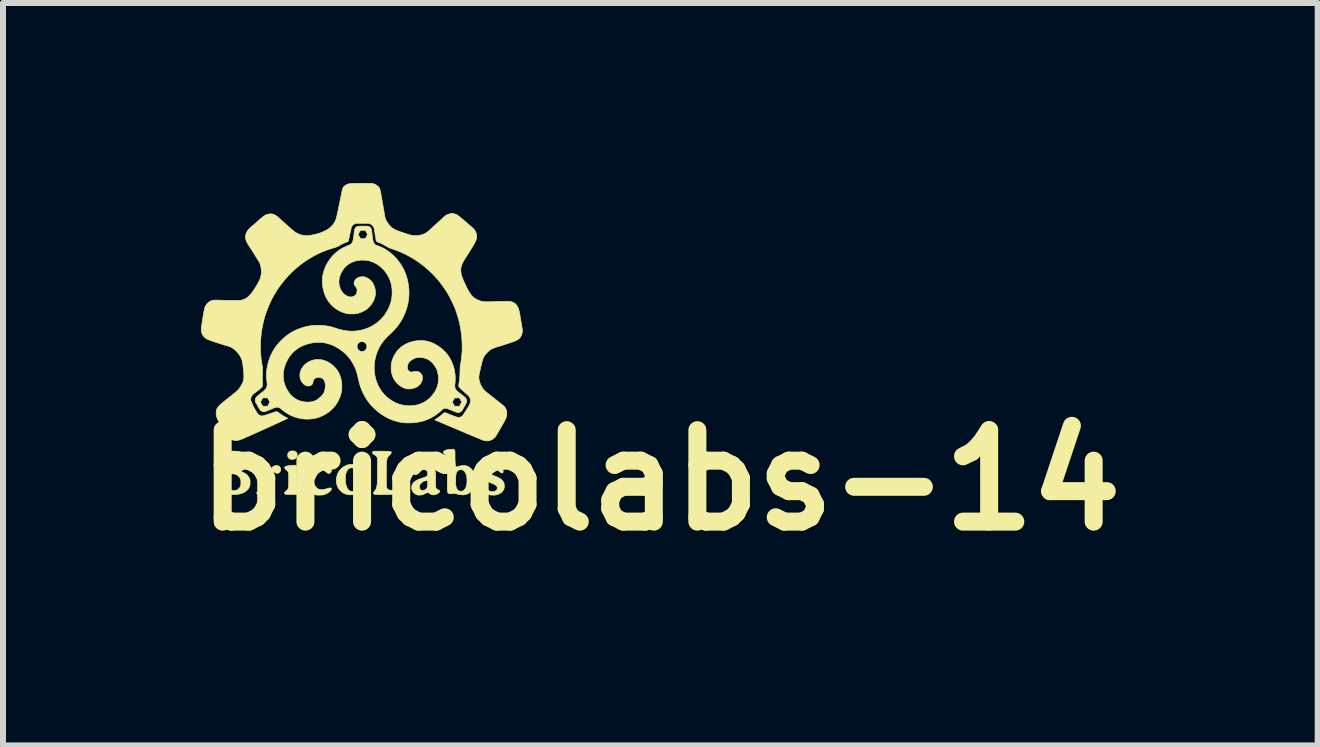
<source format=kicad_pcb>
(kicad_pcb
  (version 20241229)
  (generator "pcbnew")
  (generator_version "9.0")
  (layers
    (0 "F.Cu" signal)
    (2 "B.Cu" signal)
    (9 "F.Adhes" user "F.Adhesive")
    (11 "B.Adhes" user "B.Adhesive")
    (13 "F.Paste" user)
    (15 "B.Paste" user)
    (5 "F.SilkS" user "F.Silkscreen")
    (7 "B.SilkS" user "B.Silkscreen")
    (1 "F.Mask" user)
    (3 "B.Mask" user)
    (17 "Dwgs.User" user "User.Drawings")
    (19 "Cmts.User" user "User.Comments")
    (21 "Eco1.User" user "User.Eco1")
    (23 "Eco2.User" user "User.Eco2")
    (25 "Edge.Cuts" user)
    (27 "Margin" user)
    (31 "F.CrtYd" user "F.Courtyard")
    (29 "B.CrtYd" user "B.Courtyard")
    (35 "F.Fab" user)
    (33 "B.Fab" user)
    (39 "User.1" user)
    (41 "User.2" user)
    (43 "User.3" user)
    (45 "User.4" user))
  (footprint "bricolabs-14"
    (layer "F.Cu")
    (at 2.979 2.603)
    (property "Reference" "bricolabs-14" (at 4.975 2.35 0) (layer "F.SilkS") (effects (font (size 1.524 1.524) (thickness 0.3))))
    (attr through_hole)
    (fp_poly (pts (xy -1.138 1.861) (xy -1.121 1.865) (xy -1.107 1.871) (xy -1.095 1.88) (xy -1.086 1.891) (xy -1.083 1.896) (xy -1.081 1.901) (xy -1.079 1.905) (xy -1.078 1.909) (xy -1.078 1.914) (xy -1.078 1.922) (xy -1.078 1.931) (xy -1.078 1.942) (xy -1.078 1.951) (xy -1.08 1.957) (xy -1.082 1.963) (xy -1.086 1.968) (xy -1.091 1.974) (xy -1.093 1.977) (xy -1.104 1.987) (xy -1.116 1.994) (xy -1.128 1.998) (xy -1.133 1.999) (xy -1.145 2) (xy -1.158 2.001) (xy -1.172 2.001) (xy -1.184 2) (xy -1.186 1.999) (xy -1.198 1.996) (xy -1.209 1.989) (xy -1.219 1.98) (xy -1.227 1.969) (xy -1.232 1.957) (xy -1.235 1.944) (xy -1.235 1.93) (xy -1.234 1.916) (xy -1.231 1.903) (xy -1.23 1.901) (xy -1.224 1.891) (xy -1.216 1.882) (xy -1.208 1.874) (xy -1.199 1.869) (xy -1.198 1.868) (xy -1.19 1.866) (xy -1.18 1.864) (xy -1.168 1.862) (xy -1.156 1.861) (xy -1.145 1.861) (xy -1.138 1.861)) (stroke (width 0.01) (type solid)) (fill yes) (layer "F.SilkS"))
    (fp_poly (pts (xy -1.118 2.099) (xy -1.111 2.099) (xy -1.106 2.1) (xy -1.103 2.101) (xy -1.1 2.102) (xy -1.097 2.103) (xy -1.095 2.105) (xy -1.093 2.107) (xy -1.091 2.109) (xy -1.089 2.111) (xy -1.088 2.114) (xy -1.087 2.118) (xy -1.086 2.124) (xy -1.086 2.131) (xy -1.085 2.14) (xy -1.085 2.152) (xy -1.085 2.166) (xy -1.085 2.183) (xy -1.085 2.203) (xy -1.085 2.219) (xy -1.085 2.259) (xy -1.084 2.296) (xy -1.084 2.33) (xy -1.083 2.36) (xy -1.082 2.387) (xy -1.081 2.41) (xy -1.08 2.431) (xy -1.078 2.449) (xy -1.077 2.464) (xy -1.075 2.476) (xy -1.072 2.488) (xy -1.067 2.499) (xy -1.061 2.509) (xy -1.052 2.521) (xy -1.047 2.526) (xy -1.039 2.535) (xy -1.033 2.542) (xy -1.029 2.548) (xy -1.026 2.552) (xy -1.024 2.556) (xy -1.023 2.561) (xy -1.023 2.565) (xy -1.023 2.566) (xy -1.024 2.573) (xy -1.025 2.578) (xy -1.026 2.579) (xy -1.028 2.581) (xy -1.03 2.582) (xy -1.032 2.583) (xy -1.035 2.584) (xy -1.038 2.585) (xy -1.043 2.586) (xy -1.049 2.586) (xy -1.057 2.587) (xy -1.067 2.587) (xy -1.079 2.587) (xy -1.094 2.587) (xy -1.112 2.587) (xy -1.133 2.587) (xy -1.152 2.587) (xy -1.172 2.587) (xy -1.191 2.587) (xy -1.209 2.587) (xy -1.225 2.587) (xy -1.239 2.586) (xy -1.25 2.586) (xy -1.259 2.586) (xy -1.265 2.586) (xy -1.268 2.585) (xy -1.268 2.585) (xy -1.277 2.581) (xy -1.283 2.575) (xy -1.286 2.566) (xy -1.286 2.558) (xy -1.285 2.554) (xy -1.283 2.549) (xy -1.279 2.545) (xy -1.274 2.54) (xy -1.267 2.533) (xy -1.26 2.528) (xy -1.248 2.517) (xy -1.238 2.505) (xy -1.23 2.493) (xy -1.225 2.479) (xy -1.222 2.463) (xy -1.222 2.462) (xy -1.221 2.455) (xy -1.22 2.445) (xy -1.219 2.432) (xy -1.219 2.417) (xy -1.218 2.401) (xy -1.218 2.383) (xy -1.218 2.365) (xy -1.218 2.346) (xy -1.218 2.328) (xy -1.218 2.31) (xy -1.218 2.294) (xy -1.218 2.28) (xy -1.219 2.267) (xy -1.219 2.263) (xy -1.22 2.248) (xy -1.222 2.236) (xy -1.223 2.226) (xy -1.225 2.218) (xy -1.228 2.211) (xy -1.229 2.209) (xy -1.233 2.202) (xy -1.241 2.193) (xy -1.249 2.185) (xy -1.259 2.177) (xy -1.261 2.175) (xy -1.272 2.166) (xy -1.279 2.157) (xy -1.283 2.149) (xy -1.285 2.141) (xy -1.284 2.134) (xy -1.282 2.129) (xy -1.277 2.124) (xy -1.273 2.122) (xy -1.265 2.118) (xy -1.254 2.115) (xy -1.24 2.111) (xy -1.225 2.108) (xy -1.208 2.105) (xy -1.19 2.103) (xy -1.171 2.101) (xy -1.153 2.1) (xy -1.135 2.099) (xy -1.129 2.099) (xy -1.118 2.099)) (stroke (width 0.01) (type solid)) (fill yes) (layer "F.SilkS"))
    (fp_poly (pts (xy -0.138 2.086) (xy -0.124 2.086) (xy -0.113 2.087) (xy -0.102 2.088) (xy -0.092 2.09) (xy -0.083 2.092) (xy -0.072 2.095) (xy -0.071 2.096) (xy -0.046 2.106) (xy -0.022 2.119) (xy 0.001 2.135) (xy 0.021 2.153) (xy 0.039 2.174) (xy 0.045 2.183) (xy 0.059 2.206) (xy 0.07 2.231) (xy 0.078 2.258) (xy 0.084 2.286) (xy 0.086 2.315) (xy 0.086 2.344) (xy 0.083 2.373) (xy 0.077 2.402) (xy 0.069 2.427) (xy 0.058 2.453) (xy 0.043 2.478) (xy 0.024 2.503) (xy 0.015 2.513) (xy -0.008 2.534) (xy -0.031 2.552) (xy -0.057 2.567) (xy -0.084 2.578) (xy -0.113 2.586) (xy -0.131 2.59) (xy -0.143 2.591) (xy -0.158 2.592) (xy -0.173 2.592) (xy -0.19 2.592) (xy -0.205 2.592) (xy -0.219 2.591) (xy -0.228 2.59) (xy -0.246 2.586) (xy -0.265 2.581) (xy -0.284 2.574) (xy -0.3 2.567) (xy -0.301 2.567) (xy -0.324 2.553) (xy -0.345 2.536) (xy -0.364 2.517) (xy -0.381 2.496) (xy -0.396 2.472) (xy -0.407 2.447) (xy -0.416 2.421) (xy -0.42 2.403) (xy -0.421 2.394) (xy -0.422 2.382) (xy -0.422 2.369) (xy -0.423 2.354) (xy -0.423 2.34) (xy -0.422 2.328) (xy -0.273 2.328) (xy -0.273 2.344) (xy -0.273 2.36) (xy -0.272 2.374) (xy -0.271 2.387) (xy -0.27 2.397) (xy -0.27 2.399) (xy -0.264 2.426) (xy -0.256 2.45) (xy -0.247 2.472) (xy -0.237 2.49) (xy -0.225 2.506) (xy -0.213 2.518) (xy -0.199 2.527) (xy -0.188 2.532) (xy -0.181 2.533) (xy -0.171 2.534) (xy -0.16 2.534) (xy -0.151 2.534) (xy -0.144 2.533) (xy -0.139 2.532) (xy -0.134 2.53) (xy -0.129 2.528) (xy -0.128 2.528) (xy -0.116 2.52) (xy -0.106 2.51) (xy -0.096 2.497) (xy -0.09 2.485) (xy -0.081 2.464) (xy -0.073 2.441) (xy -0.068 2.417) (xy -0.065 2.391) (xy -0.063 2.364) (xy -0.063 2.333) (xy -0.064 2.322) (xy -0.064 2.309) (xy -0.066 2.295) (xy -0.067 2.283) (xy -0.068 2.272) (xy -0.069 2.269) (xy -0.075 2.245) (xy -0.082 2.223) (xy -0.091 2.202) (xy -0.101 2.185) (xy -0.108 2.174) (xy -0.12 2.162) (xy -0.133 2.152) (xy -0.146 2.146) (xy -0.161 2.143) (xy -0.176 2.143) (xy -0.19 2.145) (xy -0.203 2.148) (xy -0.214 2.154) (xy -0.223 2.162) (xy -0.234 2.174) (xy -0.244 2.188) (xy -0.252 2.204) (xy -0.26 2.224) (xy -0.266 2.246) (xy -0.27 2.263) (xy -0.271 2.272) (xy -0.272 2.283) (xy -0.273 2.297) (xy -0.273 2.312) (xy -0.273 2.328) (xy -0.422 2.328) (xy -0.422 2.327) (xy -0.421 2.316) (xy -0.421 2.311) (xy -0.415 2.282) (xy -0.406 2.253) (xy -0.394 2.226) (xy -0.381 2.202) (xy -0.378 2.198) (xy -0.361 2.175) (xy -0.341 2.154) (xy -0.318 2.136) (xy -0.294 2.12) (xy -0.267 2.106) (xy -0.24 2.096) (xy -0.217 2.09) (xy -0.21 2.088) (xy -0.203 2.087) (xy -0.197 2.087) (xy -0.189 2.086) (xy -0.18 2.086) (xy -0.169 2.086) (xy -0.155 2.086) (xy -0.138 2.086)) (stroke (width 0.01) (type solid)) (fill yes) (layer "F.SilkS"))
    (fp_poly (pts (xy -0.696 2.092) (xy -0.679 2.092) (xy -0.677 2.092) (xy -0.649 2.093) (xy -0.625 2.095) (xy -0.603 2.097) (xy -0.585 2.1) (xy -0.569 2.104) (xy -0.555 2.11) (xy -0.544 2.116) (xy -0.534 2.123) (xy -0.526 2.132) (xy -0.52 2.142) (xy -0.518 2.144) (xy -0.513 2.156) (xy -0.51 2.17) (xy -0.508 2.184) (xy -0.509 2.196) (xy -0.511 2.208) (xy -0.513 2.213) (xy -0.519 2.222) (xy -0.527 2.23) (xy -0.535 2.235) (xy -0.544 2.238) (xy -0.552 2.238) (xy -0.559 2.236) (xy -0.567 2.231) (xy -0.578 2.225) (xy -0.59 2.216) (xy -0.603 2.207) (xy -0.618 2.195) (xy -0.631 2.186) (xy -0.643 2.179) (xy -0.653 2.173) (xy -0.663 2.169) (xy -0.673 2.165) (xy -0.68 2.164) (xy -0.698 2.161) (xy -0.715 2.161) (xy -0.73 2.165) (xy -0.744 2.172) (xy -0.757 2.182) (xy -0.761 2.187) (xy -0.774 2.202) (xy -0.785 2.219) (xy -0.793 2.237) (xy -0.8 2.258) (xy -0.804 2.28) (xy -0.807 2.306) (xy -0.807 2.334) (xy -0.807 2.343) (xy -0.806 2.356) (xy -0.806 2.366) (xy -0.805 2.374) (xy -0.803 2.382) (xy -0.802 2.389) (xy -0.801 2.391) (xy -0.794 2.413) (xy -0.784 2.433) (xy -0.773 2.452) (xy -0.759 2.468) (xy -0.745 2.482) (xy -0.729 2.493) (xy -0.714 2.5) (xy -0.696 2.505) (xy -0.676 2.507) (xy -0.655 2.506) (xy -0.631 2.503) (xy -0.605 2.497) (xy -0.592 2.493) (xy -0.572 2.487) (xy -0.555 2.482) (xy -0.541 2.479) (xy -0.529 2.478) (xy -0.52 2.478) (xy -0.514 2.479) (xy -0.511 2.481) (xy -0.508 2.483) (xy -0.507 2.487) (xy -0.506 2.492) (xy -0.506 2.492) (xy -0.508 2.504) (xy -0.513 2.515) (xy -0.522 2.527) (xy -0.533 2.538) (xy -0.548 2.55) (xy -0.565 2.561) (xy -0.577 2.568) (xy -0.593 2.576) (xy -0.609 2.582) (xy -0.624 2.588) (xy -0.64 2.592) (xy -0.646 2.594) (xy -0.651 2.595) (xy -0.657 2.596) (xy -0.663 2.596) (xy -0.671 2.597) (xy -0.68 2.597) (xy -0.692 2.597) (xy -0.702 2.597) (xy -0.717 2.598) (xy -0.728 2.598) (xy -0.737 2.597) (xy -0.745 2.597) (xy -0.751 2.597) (xy -0.756 2.596) (xy -0.762 2.595) (xy -0.762 2.595) (xy -0.79 2.587) (xy -0.817 2.575) (xy -0.819 2.574) (xy -0.844 2.559) (xy -0.867 2.542) (xy -0.887 2.523) (xy -0.904 2.5) (xy -0.919 2.476) (xy -0.931 2.449) (xy -0.935 2.436) (xy -0.939 2.423) (xy -0.942 2.411) (xy -0.944 2.4) (xy -0.946 2.388) (xy -0.947 2.376) (xy -0.947 2.361) (xy -0.947 2.346) (xy -0.946 2.333) (xy -0.946 2.323) (xy -0.945 2.314) (xy -0.944 2.307) (xy -0.943 2.301) (xy -0.942 2.294) (xy -0.94 2.287) (xy -0.932 2.259) (xy -0.921 2.233) (xy -0.909 2.21) (xy -0.894 2.189) (xy -0.877 2.168) (xy -0.872 2.163) (xy -0.852 2.145) (xy -0.831 2.13) (xy -0.809 2.117) (xy -0.785 2.106) (xy -0.773 2.102) (xy -0.764 2.099) (xy -0.756 2.097) (xy -0.748 2.095) (xy -0.74 2.094) (xy -0.732 2.093) (xy -0.722 2.092) (xy -0.71 2.092) (xy -0.696 2.092)) (stroke (width 0.01) (type solid)) (fill yes) (layer "F.SilkS"))
    (fp_poly (pts (xy -1.415 2.103) (xy -1.399 2.106) (xy -1.385 2.113) (xy -1.372 2.122) (xy -1.362 2.134) (xy -1.355 2.147) (xy -1.351 2.162) (xy -1.351 2.176) (xy -1.354 2.191) (xy -1.358 2.201) (xy -1.366 2.213) (xy -1.376 2.223) (xy -1.388 2.23) (xy -1.401 2.233) (xy -1.409 2.234) (xy -1.414 2.234) (xy -1.419 2.233) (xy -1.425 2.231) (xy -1.432 2.228) (xy -1.44 2.225) (xy -1.453 2.219) (xy -1.464 2.215) (xy -1.473 2.212) (xy -1.481 2.212) (xy -1.488 2.212) (xy -1.496 2.214) (xy -1.5 2.216) (xy -1.511 2.221) (xy -1.521 2.23) (xy -1.531 2.242) (xy -1.539 2.256) (xy -1.545 2.271) (xy -1.547 2.28) (xy -1.55 2.291) (xy -1.552 2.302) (xy -1.553 2.314) (xy -1.554 2.327) (xy -1.555 2.343) (xy -1.555 2.362) (xy -1.555 2.364) (xy -1.554 2.392) (xy -1.553 2.417) (xy -1.551 2.438) (xy -1.547 2.456) (xy -1.543 2.471) (xy -1.539 2.479) (xy -1.537 2.484) (xy -1.532 2.49) (xy -1.525 2.498) (xy -1.518 2.507) (xy -1.513 2.513) (xy -1.501 2.527) (xy -1.492 2.539) (xy -1.486 2.549) (xy -1.482 2.557) (xy -1.48 2.563) (xy -1.482 2.567) (xy -1.486 2.571) (xy -1.492 2.575) (xy -1.499 2.578) (xy -1.506 2.58) (xy -1.515 2.582) (xy -1.525 2.583) (xy -1.536 2.584) (xy -1.55 2.585) (xy -1.565 2.586) (xy -1.583 2.587) (xy -1.603 2.588) (xy -1.627 2.588) (xy -1.644 2.588) (xy -1.664 2.588) (xy -1.68 2.588) (xy -1.694 2.589) (xy -1.704 2.588) (xy -1.713 2.588) (xy -1.72 2.588) (xy -1.725 2.588) (xy -1.729 2.587) (xy -1.732 2.587) (xy -1.733 2.586) (xy -1.742 2.582) (xy -1.747 2.576) (xy -1.751 2.568) (xy -1.751 2.56) (xy -1.748 2.553) (xy -1.745 2.549) (xy -1.74 2.543) (xy -1.733 2.536) (xy -1.724 2.529) (xy -1.721 2.526) (xy -1.712 2.517) (xy -1.704 2.506) (xy -1.698 2.492) (xy -1.694 2.478) (xy -1.694 2.477) (xy -1.693 2.47) (xy -1.692 2.46) (xy -1.691 2.447) (xy -1.69 2.432) (xy -1.69 2.415) (xy -1.689 2.396) (xy -1.689 2.378) (xy -1.689 2.358) (xy -1.689 2.339) (xy -1.689 2.321) (xy -1.689 2.304) (xy -1.69 2.289) (xy -1.69 2.276) (xy -1.691 2.267) (xy -1.693 2.25) (xy -1.695 2.237) (xy -1.699 2.226) (xy -1.704 2.215) (xy -1.71 2.205) (xy -1.719 2.194) (xy -1.724 2.189) (xy -1.733 2.178) (xy -1.74 2.169) (xy -1.745 2.162) (xy -1.747 2.155) (xy -1.747 2.149) (xy -1.745 2.143) (xy -1.744 2.141) (xy -1.738 2.136) (xy -1.73 2.13) (xy -1.719 2.124) (xy -1.705 2.119) (xy -1.689 2.115) (xy -1.672 2.111) (xy -1.654 2.107) (xy -1.635 2.105) (xy -1.618 2.104) (xy -1.605 2.103) (xy -1.595 2.103) (xy -1.588 2.105) (xy -1.581 2.107) (xy -1.576 2.11) (xy -1.575 2.111) (xy -1.568 2.119) (xy -1.561 2.129) (xy -1.557 2.14) (xy -1.553 2.15) (xy -1.548 2.159) (xy -1.544 2.165) (xy -1.54 2.168) (xy -1.538 2.169) (xy -1.535 2.169) (xy -1.531 2.167) (xy -1.526 2.163) (xy -1.519 2.157) (xy -1.513 2.152) (xy -1.495 2.136) (xy -1.479 2.124) (xy -1.464 2.115) (xy -1.449 2.108) (xy -1.435 2.104) (xy -1.422 2.103) (xy -1.415 2.103)) (stroke (width 0.01) (type solid)) (fill yes) (layer "F.SilkS"))
    (fp_poly (pts (xy 2.189 2.085) (xy 2.203 2.086) (xy 2.212 2.087) (xy 2.225 2.089) (xy 2.237 2.091) (xy 2.246 2.092) (xy 2.255 2.093) (xy 2.264 2.094) (xy 2.274 2.095) (xy 2.286 2.095) (xy 2.3 2.096) (xy 2.31 2.097) (xy 2.318 2.098) (xy 2.324 2.1) (xy 2.329 2.102) (xy 2.334 2.104) (xy 2.337 2.106) (xy 2.341 2.11) (xy 2.344 2.115) (xy 2.347 2.121) (xy 2.349 2.129) (xy 2.351 2.139) (xy 2.352 2.152) (xy 2.353 2.167) (xy 2.354 2.182) (xy 2.355 2.196) (xy 2.355 2.206) (xy 2.354 2.214) (xy 2.353 2.217) (xy 2.351 2.223) (xy 2.347 2.228) (xy 2.341 2.229) (xy 2.334 2.229) (xy 2.325 2.226) (xy 2.315 2.22) (xy 2.302 2.212) (xy 2.288 2.201) (xy 2.274 2.19) (xy 2.257 2.176) (xy 2.241 2.165) (xy 2.228 2.157) (xy 2.215 2.151) (xy 2.203 2.147) (xy 2.198 2.146) (xy 2.186 2.145) (xy 2.173 2.146) (xy 2.159 2.148) (xy 2.146 2.151) (xy 2.137 2.154) (xy 2.125 2.162) (xy 2.116 2.172) (xy 2.11 2.183) (xy 2.108 2.195) (xy 2.109 2.208) (xy 2.11 2.214) (xy 2.115 2.223) (xy 2.122 2.232) (xy 2.132 2.24) (xy 2.145 2.248) (xy 2.159 2.255) (xy 2.16 2.256) (xy 2.185 2.266) (xy 2.207 2.275) (xy 2.226 2.283) (xy 2.243 2.291) (xy 2.257 2.297) (xy 2.27 2.303) (xy 2.281 2.309) (xy 2.291 2.314) (xy 2.3 2.32) (xy 2.309 2.325) (xy 2.317 2.33) (xy 2.317 2.331) (xy 2.333 2.344) (xy 2.347 2.359) (xy 2.358 2.376) (xy 2.367 2.393) (xy 2.372 2.411) (xy 2.373 2.415) (xy 2.374 2.425) (xy 2.375 2.437) (xy 2.375 2.449) (xy 2.374 2.462) (xy 2.373 2.473) (xy 2.372 2.48) (xy 2.367 2.498) (xy 2.358 2.516) (xy 2.346 2.532) (xy 2.332 2.548) (xy 2.315 2.561) (xy 2.296 2.573) (xy 2.275 2.583) (xy 2.275 2.583) (xy 2.263 2.588) (xy 2.254 2.591) (xy 2.244 2.593) (xy 2.234 2.595) (xy 2.223 2.596) (xy 2.21 2.597) (xy 2.196 2.597) (xy 2.184 2.598) (xy 2.174 2.598) (xy 2.165 2.597) (xy 2.158 2.597) (xy 2.15 2.596) (xy 2.141 2.594) (xy 2.13 2.593) (xy 2.125 2.592) (xy 2.109 2.589) (xy 2.095 2.587) (xy 2.082 2.585) (xy 2.069 2.584) (xy 2.055 2.584) (xy 2.04 2.583) (xy 2.029 2.582) (xy 2.021 2.581) (xy 2.014 2.579) (xy 2.009 2.577) (xy 2.005 2.573) (xy 2.001 2.569) (xy 1.999 2.567) (xy 1.995 2.559) (xy 1.992 2.549) (xy 1.989 2.535) (xy 1.987 2.519) (xy 1.986 2.501) (xy 1.985 2.482) (xy 1.985 2.476) (xy 1.985 2.462) (xy 1.987 2.452) (xy 1.99 2.445) (xy 1.994 2.44) (xy 2 2.437) (xy 2.006 2.437) (xy 2.012 2.437) (xy 2.019 2.44) (xy 2.027 2.445) (xy 2.037 2.453) (xy 2.048 2.462) (xy 2.061 2.475) (xy 2.062 2.476) (xy 2.075 2.488) (xy 2.086 2.498) (xy 2.094 2.506) (xy 2.102 2.512) (xy 2.108 2.517) (xy 2.114 2.521) (xy 2.12 2.525) (xy 2.123 2.526) (xy 2.136 2.532) (xy 2.148 2.536) (xy 2.162 2.538) (xy 2.177 2.539) (xy 2.178 2.539) (xy 2.188 2.539) (xy 2.196 2.538) (xy 2.203 2.537) (xy 2.21 2.535) (xy 2.213 2.534) (xy 2.228 2.528) (xy 2.239 2.52) (xy 2.248 2.512) (xy 2.253 2.502) (xy 2.256 2.49) (xy 2.257 2.48) (xy 2.257 2.471) (xy 2.255 2.463) (xy 2.252 2.456) (xy 2.248 2.449) (xy 2.242 2.442) (xy 2.234 2.435) (xy 2.224 2.428) (xy 2.212 2.421) (xy 2.197 2.414) (xy 2.179 2.405) (xy 2.158 2.397) (xy 2.138 2.388) (xy 2.119 2.38) (xy 2.1 2.371) (xy 2.083 2.363) (xy 2.069 2.355) (xy 2.057 2.347) (xy 2.056 2.346) (xy 2.038 2.331) (xy 2.023 2.315) (xy 2.011 2.296) (xy 2.003 2.275) (xy 1.998 2.26) (xy 1.997 2.249) (xy 1.996 2.235) (xy 1.996 2.221) (xy 1.997 2.207) (xy 1.999 2.195) (xy 2.001 2.188) (xy 2.009 2.17) (xy 2.02 2.153) (xy 2.034 2.137) (xy 2.05 2.122) (xy 2.068 2.11) (xy 2.088 2.1) (xy 2.109 2.092) (xy 2.116 2.09) (xy 2.127 2.088) (xy 2.141 2.086) (xy 2.157 2.085) (xy 2.173 2.085) (xy 2.189 2.085)) (stroke (width 0.01) (type solid)) (fill yes) (layer "F.SilkS"))
    (fp_poly (pts (xy 1.088 2.1) (xy 1.114 2.104) (xy 1.136 2.111) (xy 1.157 2.12) (xy 1.175 2.131) (xy 1.188 2.144) (xy 1.199 2.156) (xy 1.208 2.169) (xy 1.215 2.182) (xy 1.221 2.197) (xy 1.224 2.209) (xy 1.226 2.219) (xy 1.228 2.231) (xy 1.229 2.243) (xy 1.23 2.258) (xy 1.23 2.275) (xy 1.23 2.294) (xy 1.23 2.309) (xy 1.229 2.332) (xy 1.229 2.355) (xy 1.229 2.376) (xy 1.229 2.396) (xy 1.229 2.413) (xy 1.229 2.428) (xy 1.23 2.44) (xy 1.23 2.447) (xy 1.232 2.461) (xy 1.234 2.473) (xy 1.238 2.482) (xy 1.243 2.49) (xy 1.25 2.496) (xy 1.259 2.502) (xy 1.271 2.508) (xy 1.282 2.514) (xy 1.291 2.519) (xy 1.296 2.524) (xy 1.299 2.529) (xy 1.299 2.535) (xy 1.297 2.541) (xy 1.296 2.545) (xy 1.29 2.552) (xy 1.282 2.56) (xy 1.271 2.568) (xy 1.259 2.575) (xy 1.245 2.582) (xy 1.23 2.587) (xy 1.215 2.591) (xy 1.205 2.593) (xy 1.192 2.594) (xy 1.179 2.593) (xy 1.166 2.59) (xy 1.152 2.584) (xy 1.137 2.576) (xy 1.126 2.569) (xy 1.119 2.564) (xy 1.112 2.559) (xy 1.106 2.557) (xy 1.102 2.555) (xy 1.099 2.555) (xy 1.095 2.555) (xy 1.091 2.556) (xy 1.085 2.558) (xy 1.078 2.561) (xy 1.069 2.566) (xy 1.057 2.571) (xy 1.052 2.574) (xy 1.039 2.58) (xy 1.028 2.585) (xy 1.017 2.59) (xy 1.009 2.592) (xy 1.008 2.593) (xy 0.997 2.595) (xy 0.985 2.596) (xy 0.971 2.597) (xy 0.957 2.597) (xy 0.945 2.597) (xy 0.934 2.596) (xy 0.932 2.595) (xy 0.912 2.589) (xy 0.894 2.58) (xy 0.877 2.568) (xy 0.863 2.554) (xy 0.85 2.538) (xy 0.841 2.52) (xy 0.836 2.508) (xy 0.833 2.496) (xy 0.832 2.482) (xy 0.832 2.467) (xy 0.833 2.457) (xy 0.962 2.457) (xy 0.962 2.47) (xy 0.963 2.481) (xy 0.966 2.489) (xy 0.97 2.497) (xy 0.976 2.504) (xy 0.982 2.511) (xy 0.988 2.515) (xy 0.994 2.518) (xy 1.002 2.519) (xy 1.012 2.519) (xy 1.02 2.519) (xy 1.029 2.519) (xy 1.035 2.518) (xy 1.041 2.516) (xy 1.048 2.513) (xy 1.059 2.506) (xy 1.069 2.498) (xy 1.078 2.489) (xy 1.085 2.479) (xy 1.088 2.474) (xy 1.091 2.465) (xy 1.093 2.455) (xy 1.095 2.443) (xy 1.097 2.429) (xy 1.098 2.413) (xy 1.098 2.393) (xy 1.098 2.37) (xy 1.098 2.37) (xy 1.097 2.364) (xy 1.093 2.36) (xy 1.087 2.357) (xy 1.079 2.357) (xy 1.061 2.358) (xy 1.042 2.364) (xy 1.025 2.371) (xy 1.017 2.375) (xy 1.01 2.379) (xy 1.004 2.384) (xy 0.997 2.39) (xy 0.991 2.396) (xy 0.983 2.405) (xy 0.976 2.413) (xy 0.971 2.42) (xy 0.969 2.425) (xy 0.966 2.431) (xy 0.964 2.436) (xy 0.963 2.441) (xy 0.962 2.448) (xy 0.962 2.457) (xy 0.833 2.457) (xy 0.833 2.452) (xy 0.835 2.44) (xy 0.836 2.437) (xy 0.843 2.42) (xy 0.851 2.404) (xy 0.863 2.39) (xy 0.877 2.376) (xy 0.894 2.364) (xy 0.913 2.352) (xy 0.936 2.34) (xy 0.962 2.329) (xy 0.992 2.319) (xy 1.009 2.314) (xy 1.028 2.308) (xy 1.044 2.302) (xy 1.057 2.297) (xy 1.067 2.293) (xy 1.075 2.288) (xy 1.082 2.284) (xy 1.087 2.279) (xy 1.091 2.273) (xy 1.093 2.27) (xy 1.097 2.257) (xy 1.099 2.243) (xy 1.098 2.229) (xy 1.095 2.214) (xy 1.089 2.201) (xy 1.081 2.19) (xy 1.078 2.188) (xy 1.069 2.181) (xy 1.06 2.176) (xy 1.05 2.173) (xy 1.037 2.172) (xy 1.037 2.172) (xy 1.028 2.172) (xy 1.022 2.172) (xy 1.017 2.173) (xy 1.012 2.175) (xy 1.012 2.175) (xy 0.997 2.183) (xy 0.983 2.194) (xy 0.968 2.209) (xy 0.964 2.214) (xy 0.949 2.229) (xy 0.936 2.241) (xy 0.923 2.25) (xy 0.916 2.254) (xy 0.907 2.257) (xy 0.896 2.258) (xy 0.885 2.257) (xy 0.875 2.256) (xy 0.872 2.255) (xy 0.864 2.25) (xy 0.857 2.244) (xy 0.852 2.237) (xy 0.85 2.231) (xy 0.849 2.221) (xy 0.85 2.209) (xy 0.852 2.199) (xy 0.855 2.191) (xy 0.86 2.182) (xy 0.869 2.172) (xy 0.879 2.162) (xy 0.891 2.152) (xy 0.9 2.145) (xy 0.926 2.13) (xy 0.955 2.117) (xy 0.985 2.108) (xy 1.016 2.102) (xy 1.049 2.099) (xy 1.06 2.099) (xy 1.088 2.1)) (stroke (width 0.01) (type solid)) (fill yes) (layer "F.SilkS"))
    (fp_poly (pts (xy 1.538 1.839) (xy 1.543 1.844) (xy 1.548 1.852) (xy 1.549 1.853) (xy 1.55 1.855) (xy 1.551 1.858) (xy 1.551 1.86) (xy 1.552 1.864) (xy 1.552 1.868) (xy 1.553 1.874) (xy 1.553 1.881) (xy 1.553 1.891) (xy 1.553 1.903) (xy 1.553 1.918) (xy 1.553 1.936) (xy 1.553 1.939) (xy 1.553 1.97) (xy 1.554 1.998) (xy 1.554 2.022) (xy 1.555 2.043) (xy 1.556 2.061) (xy 1.557 2.075) (xy 1.558 2.086) (xy 1.559 2.091) (xy 1.561 2.102) (xy 1.564 2.112) (xy 1.567 2.12) (xy 1.571 2.125) (xy 1.571 2.125) (xy 1.573 2.127) (xy 1.576 2.128) (xy 1.579 2.128) (xy 1.584 2.127) (xy 1.591 2.125) (xy 1.601 2.122) (xy 1.613 2.118) (xy 1.614 2.118) (xy 1.631 2.113) (xy 1.647 2.109) (xy 1.661 2.106) (xy 1.674 2.105) (xy 1.688 2.104) (xy 1.695 2.104) (xy 1.715 2.105) (xy 1.732 2.107) (xy 1.749 2.112) (xy 1.765 2.118) (xy 1.77 2.121) (xy 1.794 2.135) (xy 1.815 2.152) (xy 1.833 2.171) (xy 1.85 2.192) (xy 1.863 2.216) (xy 1.874 2.242) (xy 1.883 2.27) (xy 1.889 2.3) (xy 1.892 2.332) (xy 1.892 2.365) (xy 1.892 2.365) (xy 1.889 2.396) (xy 1.884 2.425) (xy 1.875 2.451) (xy 1.864 2.477) (xy 1.85 2.501) (xy 1.833 2.523) (xy 1.814 2.543) (xy 1.793 2.559) (xy 1.771 2.573) (xy 1.747 2.584) (xy 1.729 2.589) (xy 1.718 2.591) (xy 1.703 2.593) (xy 1.688 2.594) (xy 1.672 2.593) (xy 1.658 2.592) (xy 1.653 2.592) (xy 1.642 2.59) (xy 1.629 2.588) (xy 1.613 2.585) (xy 1.595 2.581) (xy 1.574 2.576) (xy 1.565 2.574) (xy 1.54 2.568) (xy 1.511 2.573) (xy 1.495 2.575) (xy 1.483 2.576) (xy 1.472 2.576) (xy 1.463 2.575) (xy 1.456 2.573) (xy 1.45 2.571) (xy 1.446 2.568) (xy 1.442 2.565) (xy 1.438 2.561) (xy 1.435 2.557) (xy 1.433 2.551) (xy 1.43 2.545) (xy 1.429 2.536) (xy 1.427 2.526) (xy 1.426 2.514) (xy 1.425 2.5) (xy 1.425 2.483) (xy 1.425 2.463) (xy 1.425 2.441) (xy 1.425 2.415) (xy 1.425 2.387) (xy 1.425 2.369) (xy 1.564 2.369) (xy 1.565 2.39) (xy 1.565 2.409) (xy 1.566 2.427) (xy 1.568 2.441) (xy 1.571 2.459) (xy 1.576 2.476) (xy 1.583 2.491) (xy 1.591 2.505) (xy 1.601 2.516) (xy 1.611 2.523) (xy 1.618 2.527) (xy 1.624 2.53) (xy 1.631 2.531) (xy 1.638 2.532) (xy 1.648 2.532) (xy 1.654 2.532) (xy 1.663 2.532) (xy 1.67 2.532) (xy 1.675 2.531) (xy 1.68 2.529) (xy 1.684 2.527) (xy 1.685 2.527) (xy 1.698 2.518) (xy 1.71 2.507) (xy 1.721 2.493) (xy 1.731 2.476) (xy 1.739 2.458) (xy 1.744 2.443) (xy 1.746 2.432) (xy 1.749 2.421) (xy 1.75 2.41) (xy 1.751 2.399) (xy 1.752 2.385) (xy 1.753 2.369) (xy 1.753 2.355) (xy 1.752 2.333) (xy 1.751 2.314) (xy 1.75 2.297) (xy 1.747 2.282) (xy 1.744 2.268) (xy 1.74 2.255) (xy 1.734 2.242) (xy 1.733 2.239) (xy 1.723 2.22) (xy 1.712 2.204) (xy 1.699 2.191) (xy 1.686 2.182) (xy 1.672 2.176) (xy 1.656 2.174) (xy 1.639 2.174) (xy 1.633 2.175) (xy 1.618 2.18) (xy 1.605 2.188) (xy 1.593 2.198) (xy 1.584 2.211) (xy 1.576 2.227) (xy 1.571 2.244) (xy 1.571 2.247) (xy 1.569 2.258) (xy 1.567 2.273) (xy 1.566 2.289) (xy 1.565 2.308) (xy 1.565 2.328) (xy 1.564 2.349) (xy 1.564 2.369) (xy 1.425 2.369) (xy 1.425 2.357) (xy 1.426 2.33) (xy 1.426 2.304) (xy 1.425 2.281) (xy 1.425 2.261) (xy 1.425 2.244) (xy 1.424 2.234) (xy 1.424 2.222) (xy 1.423 2.207) (xy 1.423 2.19) (xy 1.423 2.171) (xy 1.422 2.151) (xy 1.422 2.131) (xy 1.421 2.111) (xy 1.421 2.101) (xy 1.421 2.074) (xy 1.42 2.05) (xy 1.42 2.029) (xy 1.419 2.01) (xy 1.417 1.995) (xy 1.416 1.981) (xy 1.414 1.969) (xy 1.411 1.959) (xy 1.408 1.95) (xy 1.404 1.942) (xy 1.399 1.935) (xy 1.394 1.929) (xy 1.387 1.922) (xy 1.38 1.915) (xy 1.38 1.915) (xy 1.372 1.907) (xy 1.366 1.901) (xy 1.363 1.896) (xy 1.361 1.89) (xy 1.361 1.884) (xy 1.361 1.882) (xy 1.363 1.874) (xy 1.367 1.867) (xy 1.374 1.861) (xy 1.383 1.855) (xy 1.395 1.85) (xy 1.41 1.845) (xy 1.431 1.84) (xy 1.451 1.837) (xy 1.471 1.834) (xy 1.494 1.834) (xy 1.5 1.833) (xy 1.531 1.833) (xy 1.538 1.839)) (stroke (width 0.01) (type solid)) (fill yes) (layer "F.SilkS"))
    (fp_poly (pts (xy 0.308 1.865) (xy 0.331 1.866) (xy 0.354 1.866) (xy 0.376 1.866) (xy 0.397 1.866) (xy 0.405 1.866) (xy 0.423 1.867) (xy 0.437 1.867) (xy 0.448 1.867) (xy 0.457 1.868) (xy 0.464 1.868) (xy 0.469 1.869) (xy 0.472 1.869) (xy 0.475 1.87) (xy 0.477 1.871) (xy 0.479 1.872) (xy 0.48 1.872) (xy 0.487 1.878) (xy 0.491 1.885) (xy 0.491 1.892) (xy 0.491 1.894) (xy 0.488 1.901) (xy 0.482 1.91) (xy 0.473 1.92) (xy 0.461 1.932) (xy 0.459 1.934) (xy 0.447 1.946) (xy 0.437 1.957) (xy 0.43 1.968) (xy 0.425 1.979) (xy 0.421 1.992) (xy 0.418 2.008) (xy 0.417 2.016) (xy 0.415 2.026) (xy 0.414 2.035) (xy 0.413 2.044) (xy 0.412 2.055) (xy 0.412 2.065) (xy 0.411 2.077) (xy 0.411 2.09) (xy 0.41 2.105) (xy 0.41 2.121) (xy 0.41 2.139) (xy 0.409 2.16) (xy 0.409 2.184) (xy 0.409 2.21) (xy 0.409 2.239) (xy 0.409 2.27) (xy 0.409 2.298) (xy 0.409 2.324) (xy 0.409 2.346) (xy 0.409 2.365) (xy 0.409 2.382) (xy 0.409 2.396) (xy 0.41 2.408) (xy 0.41 2.418) (xy 0.41 2.426) (xy 0.41 2.433) (xy 0.41 2.439) (xy 0.411 2.444) (xy 0.411 2.448) (xy 0.412 2.451) (xy 0.412 2.454) (xy 0.412 2.455) (xy 0.416 2.47) (xy 0.421 2.483) (xy 0.426 2.493) (xy 0.43 2.497) (xy 0.439 2.504) (xy 0.451 2.51) (xy 0.466 2.514) (xy 0.484 2.517) (xy 0.496 2.518) (xy 0.521 2.517) (xy 0.544 2.515) (xy 0.567 2.509) (xy 0.574 2.507) (xy 0.589 2.502) (xy 0.603 2.496) (xy 0.616 2.489) (xy 0.628 2.48) (xy 0.64 2.47) (xy 0.654 2.457) (xy 0.666 2.444) (xy 0.68 2.428) (xy 0.693 2.415) (xy 0.704 2.404) (xy 0.714 2.396) (xy 0.723 2.39) (xy 0.731 2.385) (xy 0.738 2.382) (xy 0.739 2.382) (xy 0.747 2.381) (xy 0.754 2.383) (xy 0.76 2.388) (xy 0.761 2.389) (xy 0.762 2.392) (xy 0.763 2.395) (xy 0.763 2.398) (xy 0.764 2.403) (xy 0.764 2.41) (xy 0.763 2.419) (xy 0.763 2.432) (xy 0.763 2.435) (xy 0.762 2.463) (xy 0.759 2.489) (xy 0.756 2.511) (xy 0.751 2.53) (xy 0.746 2.547) (xy 0.742 2.555) (xy 0.739 2.562) (xy 0.736 2.566) (xy 0.732 2.569) (xy 0.728 2.572) (xy 0.725 2.573) (xy 0.714 2.577) (xy 0.702 2.58) (xy 0.702 2.58) (xy 0.695 2.581) (xy 0.684 2.581) (xy 0.671 2.582) (xy 0.655 2.583) (xy 0.636 2.583) (xy 0.616 2.584) (xy 0.594 2.585) (xy 0.57 2.585) (xy 0.546 2.586) (xy 0.52 2.586) (xy 0.494 2.587) (xy 0.467 2.587) (xy 0.441 2.588) (xy 0.414 2.588) (xy 0.389 2.588) (xy 0.364 2.588) (xy 0.34 2.589) (xy 0.318 2.589) (xy 0.297 2.589) (xy 0.278 2.589) (xy 0.262 2.588) (xy 0.248 2.588) (xy 0.237 2.588) (xy 0.229 2.588) (xy 0.225 2.587) (xy 0.215 2.585) (xy 0.206 2.581) (xy 0.199 2.575) (xy 0.194 2.569) (xy 0.193 2.563) (xy 0.193 2.56) (xy 0.194 2.557) (xy 0.198 2.552) (xy 0.202 2.545) (xy 0.208 2.537) (xy 0.213 2.531) (xy 0.22 2.522) (xy 0.226 2.513) (xy 0.231 2.506) (xy 0.235 2.5) (xy 0.237 2.497) (xy 0.241 2.488) (xy 0.245 2.475) (xy 0.248 2.461) (xy 0.251 2.446) (xy 0.253 2.437) (xy 0.254 2.428) (xy 0.255 2.42) (xy 0.256 2.412) (xy 0.257 2.403) (xy 0.258 2.394) (xy 0.258 2.384) (xy 0.259 2.374) (xy 0.259 2.361) (xy 0.259 2.347) (xy 0.26 2.332) (xy 0.26 2.314) (xy 0.26 2.294) (xy 0.26 2.272) (xy 0.26 2.247) (xy 0.26 2.218) (xy 0.26 2.187) (xy 0.26 2.174) (xy 0.26 2.143) (xy 0.26 2.116) (xy 0.26 2.093) (xy 0.26 2.072) (xy 0.26 2.054) (xy 0.26 2.039) (xy 0.26 2.026) (xy 0.26 2.015) (xy 0.26 2.006) (xy 0.259 1.998) (xy 0.259 1.992) (xy 0.259 1.987) (xy 0.259 1.984) (xy 0.258 1.981) (xy 0.258 1.978) (xy 0.257 1.976) (xy 0.254 1.966) (xy 0.249 1.957) (xy 0.242 1.949) (xy 0.233 1.941) (xy 0.221 1.932) (xy 0.212 1.926) (xy 0.2 1.919) (xy 0.19 1.911) (xy 0.183 1.904) (xy 0.18 1.898) (xy 0.178 1.891) (xy 0.178 1.884) (xy 0.18 1.878) (xy 0.181 1.876) (xy 0.184 1.873) (xy 0.189 1.869) (xy 0.189 1.869) (xy 0.191 1.868) (xy 0.193 1.868) (xy 0.197 1.867) (xy 0.201 1.867) (xy 0.207 1.866) (xy 0.215 1.866) (xy 0.226 1.866) (xy 0.239 1.866) (xy 0.255 1.866) (xy 0.267 1.865) (xy 0.286 1.865) (xy 0.308 1.865)) (stroke (width 0.01) (type solid)) (fill yes) (layer "F.SilkS"))
    (fp_poly (pts (xy -2.16 1.864) (xy -2.139 1.864) (xy -2.12 1.865) (xy -2.104 1.865) (xy -2.089 1.866) (xy -2.076 1.868) (xy -2.064 1.869) (xy -2.053 1.871) (xy -2.042 1.873) (xy -2.032 1.876) (xy -2.021 1.879) (xy -2.018 1.88) (xy -1.994 1.889) (xy -1.972 1.901) (xy -1.953 1.915) (xy -1.936 1.931) (xy -1.922 1.95) (xy -1.912 1.969) (xy -1.905 1.985) (xy -1.901 2.001) (xy -1.898 2.018) (xy -1.897 2.037) (xy -1.897 2.04) (xy -1.897 2.055) (xy -1.899 2.068) (xy -1.901 2.079) (xy -1.905 2.091) (xy -1.911 2.103) (xy -1.911 2.105) (xy -1.918 2.117) (xy -1.926 2.128) (xy -1.936 2.14) (xy -1.948 2.151) (xy -1.963 2.163) (xy -1.98 2.176) (xy -1.988 2.181) (xy -1.996 2.187) (xy -2.004 2.193) (xy -2.01 2.197) (xy -2.013 2.2) (xy -2.015 2.201) (xy -2.013 2.202) (xy -2.009 2.205) (xy -2.002 2.208) (xy -1.994 2.212) (xy -1.988 2.214) (xy -1.968 2.223) (xy -1.951 2.232) (xy -1.936 2.241) (xy -1.923 2.251) (xy -1.92 2.253) (xy -1.904 2.268) (xy -1.89 2.287) (xy -1.878 2.307) (xy -1.868 2.329) (xy -1.868 2.329) (xy -1.866 2.335) (xy -1.865 2.34) (xy -1.864 2.345) (xy -1.863 2.35) (xy -1.862 2.357) (xy -1.862 2.366) (xy -1.862 2.378) (xy -1.862 2.379) (xy -1.862 2.395) (xy -1.862 2.408) (xy -1.863 2.418) (xy -1.864 2.428) (xy -1.866 2.437) (xy -1.869 2.447) (xy -1.871 2.453) (xy -1.88 2.474) (xy -1.893 2.495) (xy -1.909 2.513) (xy -1.927 2.53) (xy -1.949 2.545) (xy -1.974 2.558) (xy -2.001 2.569) (xy -2.005 2.57) (xy -2.017 2.573) (xy -2.029 2.577) (xy -2.041 2.58) (xy -2.056 2.582) (xy -2.071 2.585) (xy -2.075 2.585) (xy -2.079 2.586) (xy -2.084 2.586) (xy -2.09 2.587) (xy -2.098 2.587) (xy -2.107 2.587) (xy -2.118 2.587) (xy -2.131 2.588) (xy -2.146 2.588) (xy -2.164 2.588) (xy -2.185 2.588) (xy -2.209 2.588) (xy -2.236 2.588) (xy -2.244 2.588) (xy -2.273 2.588) (xy -2.299 2.588) (xy -2.321 2.588) (xy -2.34 2.588) (xy -2.357 2.588) (xy -2.371 2.588) (xy -2.382 2.588) (xy -2.392 2.588) (xy -2.399 2.588) (xy -2.405 2.587) (xy -2.409 2.587) (xy -2.412 2.586) (xy -2.425 2.583) (xy -2.434 2.579) (xy -2.44 2.574) (xy -2.443 2.567) (xy -2.442 2.559) (xy -2.441 2.555) (xy -2.437 2.547) (xy -2.431 2.539) (xy -2.421 2.531) (xy -2.414 2.526) (xy -2.399 2.515) (xy -2.388 2.502) (xy -2.379 2.488) (xy -2.374 2.473) (xy -2.373 2.47) (xy -2.372 2.46) (xy -2.37 2.448) (xy -2.369 2.435) (xy -2.369 2.419) (xy -2.368 2.4) (xy -2.368 2.379) (xy -2.367 2.355) (xy -2.367 2.33) (xy -2.367 2.313) (xy -2.367 2.299) (xy -2.221 2.299) (xy -2.221 2.314) (xy -2.22 2.331) (xy -2.22 2.353) (xy -2.22 2.362) (xy -2.22 2.388) (xy -2.22 2.41) (xy -2.219 2.429) (xy -2.219 2.446) (xy -2.218 2.459) (xy -2.217 2.471) (xy -2.216 2.48) (xy -2.214 2.488) (xy -2.212 2.494) (xy -2.21 2.499) (xy -2.207 2.503) (xy -2.203 2.507) (xy -2.199 2.509) (xy -2.195 2.512) (xy -2.191 2.514) (xy -2.18 2.518) (xy -2.166 2.521) (xy -2.15 2.522) (xy -2.133 2.522) (xy -2.116 2.521) (xy -2.105 2.519) (xy -2.088 2.514) (xy -2.072 2.507) (xy -2.058 2.497) (xy -2.05 2.49) (xy -2.039 2.478) (xy -2.031 2.466) (xy -2.024 2.452) (xy -2.02 2.443) (xy -2.015 2.427) (xy -2.015 2.388) (xy -2.015 2.375) (xy -2.015 2.365) (xy -2.015 2.357) (xy -2.015 2.351) (xy -2.016 2.347) (xy -2.017 2.343) (xy -2.018 2.339) (xy -2.02 2.334) (xy -2.028 2.316) (xy -2.037 2.301) (xy -2.05 2.286) (xy -2.05 2.286) (xy -2.065 2.273) (xy -2.08 2.262) (xy -2.097 2.254) (xy -2.116 2.248) (xy -2.136 2.244) (xy -2.16 2.243) (xy -2.176 2.243) (xy -2.188 2.243) (xy -2.196 2.243) (xy -2.202 2.244) (xy -2.206 2.245) (xy -2.209 2.246) (xy -2.21 2.247) (xy -2.213 2.248) (xy -2.215 2.25) (xy -2.216 2.252) (xy -2.217 2.254) (xy -2.218 2.258) (xy -2.219 2.262) (xy -2.22 2.268) (xy -2.22 2.276) (xy -2.22 2.286) (xy -2.221 2.299) (xy -2.367 2.299) (xy -2.368 2.297) (xy -2.368 2.282) (xy -2.368 2.269) (xy -2.368 2.259) (xy -2.368 2.251) (xy -2.368 2.246) (xy -2.369 2.244) (xy -2.369 2.242) (xy -2.369 2.236) (xy -2.369 2.227) (xy -2.369 2.215) (xy -2.37 2.202) (xy -2.37 2.186) (xy -2.37 2.169) (xy -2.37 2.15) (xy -2.37 2.136) (xy -2.371 2.116) (xy -2.371 2.097) (xy -2.371 2.089) (xy -2.22 2.089) (xy -2.22 2.104) (xy -2.22 2.117) (xy -2.22 2.128) (xy -2.219 2.136) (xy -2.219 2.143) (xy -2.218 2.149) (xy -2.216 2.154) (xy -2.215 2.158) (xy -2.213 2.162) (xy -2.213 2.162) (xy -2.21 2.168) (xy -2.206 2.172) (xy -2.205 2.173) (xy -2.2 2.175) (xy -2.192 2.176) (xy -2.182 2.177) (xy -2.171 2.177) (xy -2.159 2.177) (xy -2.147 2.176) (xy -2.136 2.175) (xy -2.127 2.173) (xy -2.125 2.173) (xy -2.106 2.165) (xy -2.088 2.155) (xy -2.073 2.142) (xy -2.061 2.127) (xy -2.052 2.111) (xy -2.047 2.098) (xy -2.043 2.083) (xy -2.041 2.066) (xy -2.041 2.052) (xy -2.042 2.03) (xy -2.046 2.01) (xy -2.052 1.992) (xy -2.062 1.976) (xy -2.074 1.961) (xy -2.082 1.953) (xy -2.092 1.946) (xy -2.103 1.94) (xy -2.114 1.935) (xy -2.127 1.932) (xy -2.142 1.93) (xy -2.16 1.93) (xy -2.164 1.93) (xy -2.175 1.93) (xy -2.183 1.93) (xy -2.189 1.93) (xy -2.194 1.931) (xy -2.197 1.932) (xy -2.201 1.933) (xy -2.201 1.934) (xy -2.205 1.936) (xy -2.208 1.938) (xy -2.211 1.941) (xy -2.213 1.944) (xy -2.215 1.949) (xy -2.216 1.955) (xy -2.217 1.962) (xy -2.218 1.972) (xy -2.219 1.984) (xy -2.219 1.998) (xy -2.22 2.016) (xy -2.22 2.036) (xy -2.22 2.049) (xy -2.22 2.07) (xy -2.22 2.089) (xy -2.371 2.089) (xy -2.371 2.079) (xy -2.372 2.061) (xy -2.372 2.046) (xy -2.372 2.033) (xy -2.373 2.022) (xy -2.373 2.014) (xy -2.373 2.011) (xy -2.375 1.993) (xy -2.378 1.978) (xy -2.383 1.965) (xy -2.39 1.953) (xy -2.4 1.942) (xy -2.412 1.93) (xy -2.415 1.928) (xy -2.425 1.919) (xy -2.432 1.911) (xy -2.437 1.904) (xy -2.439 1.898) (xy -2.439 1.893) (xy -2.438 1.888) (xy -2.434 1.88) (xy -2.426 1.874) (xy -2.417 1.87) (xy -2.412 1.87) (xy -2.406 1.869) (xy -2.397 1.868) (xy -2.385 1.867) (xy -2.371 1.867) (xy -2.354 1.866) (xy -2.334 1.866) (xy -2.311 1.865) (xy -2.284 1.865) (xy -2.254 1.864) (xy -2.24 1.864) (xy -2.21 1.864) (xy -2.183 1.864) (xy -2.16 1.864)) (stroke (width 0.01) (type solid)) (fill yes) (layer "F.SilkS"))
    (fp_poly (pts (xy 0.068 -1.885) (xy 0.078 -1.885) (xy 0.087 -1.885) (xy 0.093 -1.884) (xy 0.098 -1.884) (xy 0.102 -1.883) (xy 0.106 -1.882) (xy 0.109 -1.882) (xy 0.124 -1.875) (xy 0.137 -1.866) (xy 0.148 -1.853) (xy 0.156 -1.839) (xy 0.157 -1.836) (xy 0.159 -1.83) (xy 0.161 -1.825) (xy 0.162 -1.818) (xy 0.164 -1.809) (xy 0.166 -1.799) (xy 0.167 -1.787) (xy 0.169 -1.772) (xy 0.171 -1.754) (xy 0.172 -1.744) (xy 0.176 -1.716) (xy 0.179 -1.692) (xy 0.182 -1.67) (xy 0.185 -1.652) (xy 0.189 -1.636) (xy 0.192 -1.623) (xy 0.196 -1.612) (xy 0.199 -1.603) (xy 0.202 -1.598) (xy 0.208 -1.591) (xy 0.214 -1.583) (xy 0.221 -1.577) (xy 0.226 -1.572) (xy 0.227 -1.572) (xy 0.231 -1.57) (xy 0.237 -1.568) (xy 0.245 -1.565) (xy 0.254 -1.562) (xy 0.256 -1.561) (xy 0.275 -1.555) (xy 0.291 -1.548) (xy 0.306 -1.542) (xy 0.321 -1.536) (xy 0.337 -1.528) (xy 0.34 -1.527) (xy 0.383 -1.504) (xy 0.424 -1.478) (xy 0.465 -1.449) (xy 0.504 -1.416) (xy 0.541 -1.382) (xy 0.576 -1.344) (xy 0.609 -1.304) (xy 0.64 -1.262) (xy 0.668 -1.219) (xy 0.67 -1.216) (xy 0.677 -1.204) (xy 0.684 -1.191) (xy 0.692 -1.175) (xy 0.7 -1.159) (xy 0.708 -1.142) (xy 0.715 -1.126) (xy 0.721 -1.112) (xy 0.724 -1.104) (xy 0.742 -1.054) (xy 0.757 -1.002) (xy 0.769 -0.949) (xy 0.778 -0.895) (xy 0.784 -0.844) (xy 0.785 -0.83) (xy 0.785 -0.812) (xy 0.786 -0.793) (xy 0.786 -0.773) (xy 0.786 -0.753) (xy 0.785 -0.734) (xy 0.785 -0.717) (xy 0.784 -0.704) (xy 0.778 -0.653) (xy 0.769 -0.601) (xy 0.757 -0.549) (xy 0.742 -0.498) (xy 0.724 -0.448) (xy 0.719 -0.436) (xy 0.712 -0.418) (xy 0.704 -0.4) (xy 0.696 -0.382) (xy 0.688 -0.366) (xy 0.68 -0.35) (xy 0.673 -0.337) (xy 0.668 -0.33) (xy 0.666 -0.325) (xy 0.664 -0.323) (xy 0.664 -0.322) (xy 0.663 -0.32) (xy 0.66 -0.315) (xy 0.657 -0.309) (xy 0.652 -0.301) (xy 0.646 -0.293) (xy 0.64 -0.284) (xy 0.635 -0.275) (xy 0.629 -0.267) (xy 0.628 -0.265) (xy 0.608 -0.237) (xy 0.588 -0.21) (xy 0.566 -0.184) (xy 0.543 -0.158) (xy 0.519 -0.132) (xy 0.492 -0.105) (xy 0.462 -0.078) (xy 0.458 -0.074) (xy 0.421 -0.039) (xy 0.388 -0.003) (xy 0.358 0.033) (xy 0.331 0.07) (xy 0.306 0.108) (xy 0.285 0.147) (xy 0.266 0.189) (xy 0.249 0.232) (xy 0.247 0.237) (xy 0.232 0.286) (xy 0.221 0.335) (xy 0.212 0.385) (xy 0.208 0.434) (xy 0.207 0.474) (xy 0.209 0.525) (xy 0.214 0.575) (xy 0.222 0.623) (xy 0.234 0.669) (xy 0.249 0.715) (xy 0.267 0.759) (xy 0.284 0.793) (xy 0.296 0.815) (xy 0.309 0.835) (xy 0.322 0.855) (xy 0.336 0.875) (xy 0.353 0.896) (xy 0.367 0.913) (xy 0.377 0.925) (xy 0.387 0.935) (xy 0.396 0.944) (xy 0.406 0.954) (xy 0.417 0.963) (xy 0.43 0.974) (xy 0.433 0.976) (xy 0.471 1.004) (xy 0.509 1.029) (xy 0.547 1.051) (xy 0.586 1.069) (xy 0.626 1.083) (xy 0.666 1.094) (xy 0.707 1.102) (xy 0.75 1.107) (xy 0.793 1.109) (xy 0.837 1.107) (xy 0.879 1.102) (xy 0.92 1.095) (xy 0.959 1.084) (xy 0.996 1.069) (xy 1.033 1.052) (xy 1.037 1.05) (xy 1.045 1.045) (xy 1.509 1.045) (xy 1.509 1.048) (xy 1.511 1.053) (xy 1.515 1.061) (xy 1.52 1.07) (xy 1.527 1.082) (xy 1.527 1.082) (xy 1.546 1.116) (xy 1.627 1.116) (xy 1.632 1.107) (xy 1.636 1.1) (xy 1.639 1.094) (xy 1.641 1.091) (xy 1.643 1.087) (xy 1.647 1.08) (xy 1.652 1.072) (xy 1.655 1.065) (xy 1.666 1.047) (xy 1.627 0.978) (xy 1.546 0.978) (xy 1.528 1.01) (xy 1.522 1.02) (xy 1.517 1.029) (xy 1.513 1.036) (xy 1.51 1.042) (xy 1.509 1.045) (xy 1.509 1.045) (xy 1.045 1.045) (xy 1.068 1.031) (xy 1.099 1.008) (xy 1.128 0.983) (xy 1.156 0.956) (xy 1.181 0.926) (xy 1.204 0.895) (xy 1.225 0.863) (xy 1.225 0.862) (xy 1.242 0.829) (xy 1.256 0.795) (xy 1.266 0.761) (xy 1.273 0.725) (xy 1.277 0.688) (xy 1.278 0.662) (xy 1.277 0.633) (xy 1.274 0.606) (xy 1.27 0.578) (xy 1.267 0.562) (xy 1.262 0.543) (xy 1.258 0.528) (xy 1.253 0.514) (xy 1.248 0.501) (xy 1.242 0.488) (xy 1.235 0.475) (xy 1.229 0.464) (xy 1.209 0.434) (xy 1.189 0.407) (xy 1.166 0.383) (xy 1.143 0.363) (xy 1.118 0.345) (xy 1.092 0.331) (xy 1.064 0.32) (xy 1.053 0.317) (xy 1.03 0.311) (xy 1.005 0.307) (xy 0.98 0.304) (xy 0.956 0.304) (xy 0.933 0.305) (xy 0.911 0.308) (xy 0.892 0.313) (xy 0.888 0.314) (xy 0.87 0.322) (xy 0.851 0.333) (xy 0.832 0.345) (xy 0.814 0.358) (xy 0.798 0.372) (xy 0.796 0.375) (xy 0.784 0.389) (xy 0.774 0.406) (xy 0.767 0.425) (xy 0.762 0.445) (xy 0.76 0.466) (xy 0.761 0.478) (xy 0.763 0.495) (xy 0.768 0.509) (xy 0.775 0.521) (xy 0.785 0.531) (xy 0.798 0.539) (xy 0.8 0.54) (xy 0.807 0.543) (xy 0.813 0.545) (xy 0.82 0.547) (xy 0.828 0.547) (xy 0.837 0.546) (xy 0.848 0.544) (xy 0.86 0.541) (xy 0.885 0.537) (xy 0.907 0.536) (xy 0.928 0.538) (xy 0.946 0.543) (xy 0.963 0.551) (xy 0.977 0.562) (xy 0.99 0.576) (xy 1 0.593) (xy 1.007 0.608) (xy 1.009 0.615) (xy 1.01 0.621) (xy 1.011 0.628) (xy 1.011 0.636) (xy 1.011 0.641) (xy 1.01 0.664) (xy 1.005 0.686) (xy 0.996 0.709) (xy 0.985 0.73) (xy 0.971 0.75) (xy 0.959 0.763) (xy 0.944 0.777) (xy 0.925 0.79) (xy 0.904 0.801) (xy 0.881 0.811) (xy 0.857 0.818) (xy 0.832 0.824) (xy 0.807 0.827) (xy 0.779 0.828) (xy 0.752 0.825) (xy 0.725 0.819) (xy 0.698 0.81) (xy 0.672 0.797) (xy 0.646 0.781) (xy 0.619 0.762) (xy 0.6 0.745) (xy 0.576 0.721) (xy 0.555 0.694) (xy 0.536 0.666) (xy 0.521 0.634) (xy 0.508 0.601) (xy 0.497 0.565) (xy 0.491 0.537) (xy 0.49 0.529) (xy 0.49 0.518) (xy 0.489 0.505) (xy 0.489 0.491) (xy 0.489 0.475) (xy 0.489 0.46) (xy 0.489 0.445) (xy 0.49 0.431) (xy 0.491 0.42) (xy 0.492 0.411) (xy 0.492 0.41) (xy 0.498 0.384) (xy 0.504 0.36) (xy 0.511 0.338) (xy 0.52 0.315) (xy 0.53 0.292) (xy 0.533 0.286) (xy 0.553 0.249) (xy 0.575 0.215) (xy 0.6 0.184) (xy 0.627 0.156) (xy 0.657 0.13) (xy 0.689 0.106) (xy 0.724 0.085) (xy 0.738 0.078) (xy 0.776 0.061) (xy 0.816 0.047) (xy 0.856 0.036) (xy 0.897 0.028) (xy 0.939 0.023) (xy 0.98 0.021) (xy 1.021 0.023) (xy 1.062 0.028) (xy 1.088 0.033) (xy 1.128 0.044) (xy 1.168 0.058) (xy 1.207 0.076) (xy 1.246 0.097) (xy 1.283 0.121) (xy 1.319 0.147) (xy 1.353 0.177) (xy 1.372 0.194) (xy 1.38 0.203) (xy 1.388 0.211) (xy 1.395 0.218) (xy 1.401 0.224) (xy 1.405 0.228) (xy 1.405 0.229) (xy 1.435 0.266) (xy 1.461 0.305) (xy 1.483 0.346) (xy 1.503 0.388) (xy 1.52 0.433) (xy 1.525 0.447) (xy 1.537 0.488) (xy 1.546 0.531) (xy 1.553 0.577) (xy 1.554 0.583) (xy 1.555 0.597) (xy 1.556 0.614) (xy 1.557 0.633) (xy 1.557 0.653) (xy 1.557 0.673) (xy 1.557 0.692) (xy 1.556 0.71) (xy 1.554 0.726) (xy 1.554 0.73) (xy 1.551 0.753) (xy 1.55 0.773) (xy 1.551 0.791) (xy 1.552 0.805) (xy 1.555 0.813) (xy 1.559 0.824) (xy 1.565 0.835) (xy 1.573 0.846) (xy 1.583 0.857) (xy 1.595 0.869) (xy 1.609 0.881) (xy 1.627 0.895) (xy 1.63 0.897) (xy 1.65 0.913) (xy 1.668 0.927) (xy 1.683 0.939) (xy 1.696 0.949) (xy 1.707 0.958) (xy 1.716 0.967) (xy 1.724 0.974) (xy 1.729 0.98) (xy 1.734 0.987) (xy 1.738 0.993) (xy 1.741 0.999) (xy 1.743 1.005) (xy 1.744 1.009) (xy 1.747 1.021) (xy 1.747 1.035) (xy 1.746 1.048) (xy 1.744 1.056) (xy 1.742 1.061) (xy 1.738 1.068) (xy 1.733 1.077) (xy 1.728 1.088) (xy 1.722 1.098) (xy 1.721 1.099) (xy 1.714 1.111) (xy 1.707 1.125) (xy 1.699 1.138) (xy 1.692 1.15) (xy 1.688 1.159) (xy 1.682 1.17) (xy 1.678 1.178) (xy 1.673 1.185) (xy 1.669 1.19) (xy 1.665 1.195) (xy 1.664 1.196) (xy 1.651 1.207) (xy 1.638 1.215) (xy 1.624 1.219) (xy 1.608 1.221) (xy 1.599 1.221) (xy 1.591 1.22) (xy 1.584 1.219) (xy 1.578 1.218) (xy 1.572 1.215) (xy 1.563 1.212) (xy 1.561 1.211) (xy 1.532 1.199) (xy 1.506 1.188) (xy 1.482 1.178) (xy 1.462 1.17) (xy 1.444 1.163) (xy 1.429 1.158) (xy 1.417 1.154) (xy 1.414 1.153) (xy 1.4 1.151) (xy 1.387 1.15) (xy 1.374 1.152) (xy 1.367 1.154) (xy 1.362 1.156) (xy 1.358 1.158) (xy 1.353 1.162) (xy 1.348 1.166) (xy 1.341 1.172) (xy 1.332 1.179) (xy 1.327 1.185) (xy 1.287 1.22) (xy 1.246 1.252) (xy 1.203 1.281) (xy 1.159 1.307) (xy 1.112 1.329) (xy 1.066 1.348) (xy 1.027 1.361) (xy 0.984 1.372) (xy 0.939 1.381) (xy 0.89 1.389) (xy 0.874 1.391) (xy 0.865 1.392) (xy 0.852 1.392) (xy 0.837 1.393) (xy 0.821 1.394) (xy 0.804 1.394) (xy 0.786 1.394) (xy 0.769 1.394) (xy 0.753 1.394) (xy 0.739 1.394) (xy 0.727 1.394) (xy 0.719 1.393) (xy 0.666 1.387) (xy 0.615 1.377) (xy 0.564 1.364) (xy 0.515 1.348) (xy 0.467 1.329) (xy 0.42 1.306) (xy 0.374 1.28) (xy 0.328 1.251) (xy 0.283 1.218) (xy 0.238 1.181) (xy 0.233 1.177) (xy 0.224 1.168) (xy 0.213 1.158) (xy 0.2 1.146) (xy 0.187 1.133) (xy 0.174 1.119) (xy 0.162 1.107) (xy 0.151 1.095) (xy 0.142 1.084) (xy 0.139 1.08) (xy 0.105 1.037) (xy 0.074 0.992) (xy 0.046 0.945) (xy 0.021 0.896) (xy -0.002 0.845) (xy -0.022 0.792) (xy -0.039 0.736) (xy -0.044 0.716) (xy -0.046 0.709) (xy -0.049 0.699) (xy -0.051 0.687) (xy -0.054 0.674) (xy -0.057 0.661) (xy -0.059 0.654) (xy -0.065 0.626) (xy -0.071 0.602) (xy -0.076 0.58) (xy -0.082 0.56) (xy -0.087 0.543) (xy -0.092 0.526) (xy -0.097 0.511) (xy -0.103 0.496) (xy -0.109 0.481) (xy -0.116 0.466) (xy -0.124 0.451) (xy -0.131 0.436) (xy -0.153 0.396) (xy -0.176 0.358) (xy -0.2 0.323) (xy -0.227 0.29) (xy -0.257 0.258) (xy -0.266 0.249) (xy -0.304 0.214) (xy -0.343 0.183) (xy -0.385 0.154) (xy -0.428 0.129) (xy -0.457 0.114) (xy -0.078 0.114) (xy -0.078 0.129) (xy -0.076 0.144) (xy -0.071 0.156) (xy -0.071 0.157) (xy -0.065 0.167) (xy -0.057 0.177) (xy -0.048 0.186) (xy -0.039 0.193) (xy -0.038 0.194) (xy -0.024 0.2) (xy -0.008 0.204) (xy 0.008 0.205) (xy 0.022 0.203) (xy 0.037 0.198) (xy 0.05 0.19) (xy 0.062 0.179) (xy 0.072 0.166) (xy 0.079 0.152) (xy 0.084 0.137) (xy 0.085 0.121) (xy 0.084 0.11) (xy 0.079 0.093) (xy 0.072 0.078) (xy 0.062 0.065) (xy 0.051 0.055) (xy 0.037 0.047) (xy 0.023 0.042) (xy 0.007 0.039) (xy -0.009 0.04) (xy -0.025 0.044) (xy -0.031 0.047) (xy -0.046 0.055) (xy -0.058 0.067) (xy -0.067 0.08) (xy -0.074 0.095) (xy -0.076 0.101) (xy -0.078 0.114) (xy -0.457 0.114) (xy -0.473 0.106) (xy -0.496 0.097) (xy -0.528 0.085) (xy -0.56 0.075) (xy -0.594 0.066) (xy -0.63 0.059) (xy -0.642 0.057) (xy -0.652 0.056) (xy -0.665 0.055) (xy -0.68 0.054) (xy -0.696 0.053) (xy -0.713 0.053) (xy -0.73 0.053) (xy -0.746 0.053) (xy -0.76 0.053) (xy -0.772 0.054) (xy -0.776 0.054) (xy -0.824 0.061) (xy -0.871 0.07) (xy -0.917 0.083) (xy -0.962 0.099) (xy -0.962 0.099) (xy -1.004 0.117) (xy -1.043 0.138) (xy -1.079 0.162) (xy -1.113 0.188) (xy -1.145 0.217) (xy -1.174 0.248) (xy -1.201 0.282) (xy -1.225 0.319) (xy -1.246 0.359) (xy -1.266 0.401) (xy -1.282 0.445) (xy -1.283 0.448) (xy -1.295 0.49) (xy -1.303 0.531) (xy -1.308 0.572) (xy -1.309 0.613) (xy -1.306 0.654) (xy -1.3 0.694) (xy -1.291 0.734) (xy -1.278 0.773) (xy -1.261 0.811) (xy -1.258 0.817) (xy -1.238 0.853) (xy -1.216 0.887) (xy -1.192 0.917) (xy -1.167 0.944) (xy -1.139 0.968) (xy -1.11 0.989) (xy -1.079 1.007) (xy -1.045 1.022) (xy -1.01 1.034) (xy -0.998 1.037) (xy -0.978 1.041) (xy -0.956 1.044) (xy -0.933 1.046) (xy -0.909 1.048) (xy -0.886 1.048) (xy -0.864 1.046) (xy -0.844 1.044) (xy -0.84 1.043) (xy -0.815 1.038) (xy -0.791 1.03) (xy -0.769 1.021) (xy -0.747 1.009) (xy -0.725 0.994) (xy -0.704 0.976) (xy -0.681 0.955) (xy -0.68 0.954) (xy -0.663 0.936) (xy -0.648 0.918) (xy -0.636 0.9) (xy -0.627 0.881) (xy -0.619 0.861) (xy -0.614 0.84) (xy -0.611 0.816) (xy -0.609 0.79) (xy -0.608 0.786) (xy -0.608 0.759) (xy -0.611 0.734) (xy -0.616 0.712) (xy -0.623 0.693) (xy -0.629 0.681) (xy -0.639 0.668) (xy -0.651 0.657) (xy -0.666 0.648) (xy -0.682 0.642) (xy -0.7 0.638) (xy -0.719 0.637) (xy -0.738 0.639) (xy -0.758 0.643) (xy -0.768 0.646) (xy -0.775 0.649) (xy -0.782 0.654) (xy -0.789 0.66) (xy -0.791 0.662) (xy -0.796 0.667) (xy -0.8 0.672) (xy -0.803 0.677) (xy -0.805 0.682) (xy -0.808 0.689) (xy -0.81 0.699) (xy -0.812 0.711) (xy -0.813 0.713) (xy -0.816 0.726) (xy -0.819 0.736) (xy -0.823 0.745) (xy -0.829 0.752) (xy -0.834 0.757) (xy -0.846 0.767) (xy -0.86 0.774) (xy -0.875 0.778) (xy -0.891 0.779) (xy -0.899 0.779) (xy -0.918 0.775) (xy -0.936 0.768) (xy -0.954 0.758) (xy -0.971 0.744) (xy -0.986 0.728) (xy -0.995 0.717) (xy -1.006 0.701) (xy -1.014 0.685) (xy -1.021 0.67) (xy -1.026 0.655) (xy -1.029 0.637) (xy -1.031 0.625) (xy -1.032 0.599) (xy -1.03 0.573) (xy -1.024 0.547) (xy -1.016 0.521) (xy -1.004 0.495) (xy -0.99 0.471) (xy -0.973 0.448) (xy -0.954 0.427) (xy -0.944 0.418) (xy -0.92 0.399) (xy -0.894 0.382) (xy -0.867 0.368) (xy -0.838 0.356) (xy -0.807 0.347) (xy -0.777 0.341) (xy -0.766 0.339) (xy -0.753 0.339) (xy -0.738 0.338) (xy -0.722 0.338) (xy -0.706 0.339) (xy -0.691 0.34) (xy -0.677 0.341) (xy -0.669 0.343) (xy -0.637 0.35) (xy -0.607 0.36) (xy -0.576 0.374) (xy -0.545 0.391) (xy -0.514 0.411) (xy -0.5 0.422) (xy -0.483 0.435) (xy -0.466 0.451) (xy -0.449 0.469) (xy -0.432 0.488) (xy -0.417 0.507) (xy -0.404 0.525) (xy -0.402 0.528) (xy -0.385 0.558) (xy -0.37 0.591) (xy -0.357 0.626) (xy -0.347 0.663) (xy -0.339 0.701) (xy -0.336 0.718) (xy -0.335 0.731) (xy -0.334 0.746) (xy -0.333 0.762) (xy -0.333 0.78) (xy -0.333 0.798) (xy -0.333 0.816) (xy -0.334 0.832) (xy -0.335 0.847) (xy -0.336 0.858) (xy -0.341 0.885) (xy -0.348 0.913) (xy -0.356 0.941) (xy -0.366 0.967) (xy -0.367 0.97) (xy -0.37 0.979) (xy -0.375 0.99) (xy -0.381 1.002) (xy -0.388 1.016) (xy -0.395 1.03) (xy -0.402 1.042) (xy -0.408 1.054) (xy -0.412 1.061) (xy -0.434 1.095) (xy -0.459 1.126) (xy -0.486 1.156) (xy -0.516 1.185) (xy -0.549 1.211) (xy -0.583 1.235) (xy -0.619 1.257) (xy -0.657 1.276) (xy -0.696 1.293) (xy -0.735 1.307) (xy -0.776 1.317) (xy -0.814 1.324) (xy -0.852 1.329) (xy -0.889 1.331) (xy -0.924 1.331) (xy -0.951 1.33) (xy -0.998 1.325) (xy -1.044 1.316) (xy -1.088 1.305) (xy -1.13 1.291) (xy -1.172 1.274) (xy -1.213 1.254) (xy -1.253 1.23) (xy -1.293 1.202) (xy -1.333 1.172) (xy -1.336 1.169) (xy -1.347 1.159) (xy -1.356 1.152) (xy -1.364 1.147) (xy -1.37 1.143) (xy -1.375 1.14) (xy -1.381 1.137) (xy -1.386 1.136) (xy -1.39 1.135) (xy -1.396 1.134) (xy -1.402 1.133) (xy -1.408 1.132) (xy -1.414 1.132) (xy -1.421 1.133) (xy -1.428 1.134) (xy -1.437 1.136) (xy -1.447 1.139) (xy -1.458 1.143) (xy -1.471 1.148) (xy -1.487 1.155) (xy -1.505 1.162) (xy -1.525 1.171) (xy -1.549 1.18) (xy -1.559 1.185) (xy -1.574 1.191) (xy -1.586 1.196) (xy -1.596 1.2) (xy -1.604 1.203) (xy -1.61 1.205) (xy -1.614 1.206) (xy -1.618 1.207) (xy -1.622 1.208) (xy -1.625 1.208) (xy -1.642 1.207) (xy -1.659 1.203) (xy -1.672 1.197) (xy -1.676 1.194) (xy -1.68 1.192) (xy -1.684 1.189) (xy -1.687 1.185) (xy -1.691 1.181) (xy -1.695 1.176) (xy -1.7 1.169) (xy -1.705 1.161) (xy -1.712 1.151) (xy -1.719 1.139) (xy -1.727 1.124) (xy -1.737 1.107) (xy -1.747 1.089) (xy -1.755 1.076) (xy -1.761 1.065) (xy -1.766 1.056) (xy -1.77 1.049) (xy -1.77 1.048) (xy -1.688 1.048) (xy -1.687 1.052) (xy -1.684 1.057) (xy -1.683 1.059) (xy -1.681 1.063) (xy -1.677 1.069) (xy -1.672 1.078) (xy -1.667 1.087) (xy -1.665 1.089) (xy -1.661 1.098) (xy -1.657 1.105) (xy -1.653 1.111) (xy -1.651 1.114) (xy -1.651 1.115) (xy -1.649 1.115) (xy -1.643 1.116) (xy -1.634 1.116) (xy -1.622 1.116) (xy -1.609 1.116) (xy -1.569 1.115) (xy -1.56 1.099) (xy -1.556 1.091) (xy -1.552 1.083) (xy -1.548 1.077) (xy -1.547 1.075) (xy -1.544 1.069) (xy -1.54 1.062) (xy -1.537 1.057) (xy -1.531 1.047) (xy -1.57 0.978) (xy -1.651 0.978) (xy -1.669 1.011) (xy -1.675 1.021) (xy -1.68 1.03) (xy -1.684 1.038) (xy -1.687 1.044) (xy -1.688 1.047) (xy -1.688 1.048) (xy -1.77 1.048) (xy -1.772 1.043) (xy -1.774 1.038) (xy -1.775 1.033) (xy -1.775 1.028) (xy -1.775 1.022) (xy -1.775 1.017) (xy -1.775 1.008) (xy -1.775 1.001) (xy -1.774 0.996) (xy -1.773 0.992) (xy -1.77 0.987) (xy -1.769 0.985) (xy -1.767 0.979) (xy -1.764 0.974) (xy -1.76 0.969) (xy -1.757 0.964) (xy -1.752 0.959) (xy -1.746 0.954) (xy -1.739 0.947) (xy -1.73 0.94) (xy -1.719 0.931) (xy -1.706 0.92) (xy -1.691 0.908) (xy -1.688 0.906) (xy -1.671 0.891) (xy -1.655 0.879) (xy -1.643 0.869) (xy -1.632 0.86) (xy -1.623 0.852) (xy -1.616 0.845) (xy -1.61 0.838) (xy -1.605 0.833) (xy -1.6 0.827) (xy -1.597 0.821) (xy -1.594 0.817) (xy -1.587 0.804) (xy -1.582 0.791) (xy -1.579 0.777) (xy -1.577 0.761) (xy -1.577 0.744) (xy -1.579 0.725) (xy -1.581 0.709) (xy -1.585 0.673) (xy -1.588 0.64) (xy -1.589 0.607) (xy -1.589 0.575) (xy -1.587 0.542) (xy -1.583 0.508) (xy -1.581 0.494) (xy -1.571 0.439) (xy -1.558 0.385) (xy -1.542 0.334) (xy -1.523 0.283) (xy -1.5 0.235) (xy -1.475 0.188) (xy -1.446 0.143) (xy -1.415 0.1) (xy -1.41 0.094) (xy -1.4 0.082) (xy -1.389 0.069) (xy -1.376 0.055) (xy -1.364 0.042) (xy -1.352 0.029) (xy -1.341 0.018) (xy -1.332 0.008) (xy -1.325 0.002) (xy -1.319 -0.003) (xy -1.312 -0.01) (xy -1.303 -0.018) (xy -1.295 -0.025) (xy -1.295 -0.025) (xy -1.283 -0.036) (xy -1.268 -0.048) (xy -1.252 -0.06) (xy -1.235 -0.073) (xy -1.219 -0.084) (xy -1.213 -0.089) (xy -1.17 -0.115) (xy -1.126 -0.139) (xy -1.079 -0.161) (xy -1.03 -0.18) (xy -0.981 -0.196) (xy -0.931 -0.21) (xy -0.89 -0.219) (xy -0.839 -0.227) (xy -0.788 -0.232) (xy -0.737 -0.233) (xy -0.686 -0.232) (xy -0.634 -0.228) (xy -0.58 -0.221) (xy -0.571 -0.219) (xy -0.558 -0.217) (xy -0.546 -0.215) (xy -0.535 -0.213) (xy -0.524 -0.21) (xy -0.512 -0.207) (xy -0.5 -0.204) (xy -0.486 -0.2) (xy -0.471 -0.195) (xy -0.453 -0.19) (xy -0.432 -0.183) (xy -0.421 -0.179) (xy -0.384 -0.168) (xy -0.349 -0.159) (xy -0.317 -0.151) (xy -0.285 -0.145) (xy -0.253 -0.14) (xy -0.222 -0.137) (xy -0.189 -0.135) (xy -0.18 -0.135) (xy -0.13 -0.135) (xy -0.082 -0.139) (xy -0.034 -0.146) (xy 0.013 -0.157) (xy 0.059 -0.171) (xy 0.105 -0.189) (xy 0.146 -0.208) (xy 0.18 -0.226) (xy 0.211 -0.245) (xy 0.24 -0.265) (xy 0.268 -0.286) (xy 0.295 -0.31) (xy 0.318 -0.332) (xy 0.338 -0.353) (xy 0.356 -0.374) (xy 0.373 -0.395) (xy 0.389 -0.417) (xy 0.392 -0.421) (xy 0.418 -0.463) (xy 0.442 -0.506) (xy 0.461 -0.549) (xy 0.477 -0.593) (xy 0.49 -0.638) (xy 0.499 -0.684) (xy 0.504 -0.73) (xy 0.506 -0.776) (xy 0.504 -0.824) (xy 0.502 -0.851) (xy 0.495 -0.896) (xy 0.485 -0.939) (xy 0.471 -0.981) (xy 0.454 -1.022) (xy 0.434 -1.061) (xy 0.411 -1.098) (xy 0.385 -1.133) (xy 0.355 -1.166) (xy 0.323 -1.198) (xy 0.3 -1.217) (xy 0.273 -1.238) (xy 0.243 -1.257) (xy 0.212 -1.273) (xy 0.18 -1.287) (xy 0.149 -1.299) (xy 0.132 -1.304) (xy 0.092 -1.312) (xy 0.053 -1.317) (xy 0.015 -1.319) (xy -0.023 -1.318) (xy -0.061 -1.313) (xy -0.097 -1.306) (xy -0.132 -1.295) (xy -0.165 -1.282) (xy -0.197 -1.266) (xy -0.227 -1.246) (xy -0.241 -1.236) (xy -0.267 -1.213) (xy -0.291 -1.188) (xy -0.312 -1.16) (xy -0.331 -1.131) (xy -0.347 -1.1) (xy -0.361 -1.068) (xy -0.371 -1.036) (xy -0.378 -1.003) (xy -0.379 -0.994) (xy -0.38 -0.984) (xy -0.381 -0.97) (xy -0.381 -0.956) (xy -0.38 -0.941) (xy -0.379 -0.926) (xy -0.378 -0.913) (xy -0.376 -0.902) (xy -0.376 -0.899) (xy -0.368 -0.871) (xy -0.358 -0.844) (xy -0.346 -0.818) (xy -0.332 -0.795) (xy -0.316 -0.774) (xy -0.305 -0.762) (xy -0.286 -0.745) (xy -0.266 -0.731) (xy -0.246 -0.72) (xy -0.226 -0.711) (xy -0.206 -0.706) (xy -0.186 -0.705) (xy -0.166 -0.706) (xy -0.164 -0.706) (xy -0.154 -0.709) (xy -0.143 -0.713) (xy -0.131 -0.718) (xy -0.12 -0.724) (xy -0.111 -0.73) (xy -0.105 -0.735) (xy -0.098 -0.743) (xy -0.092 -0.754) (xy -0.086 -0.768) (xy -0.082 -0.782) (xy -0.081 -0.791) (xy -0.079 -0.807) (xy -0.078 -0.821) (xy -0.08 -0.832) (xy -0.083 -0.843) (xy -0.086 -0.85) (xy -0.09 -0.857) (xy -0.095 -0.866) (xy -0.101 -0.874) (xy -0.104 -0.878) (xy -0.11 -0.886) (xy -0.116 -0.895) (xy -0.121 -0.904) (xy -0.123 -0.907) (xy -0.127 -0.915) (xy -0.129 -0.921) (xy -0.129 -0.926) (xy -0.13 -0.934) (xy -0.13 -0.934) (xy -0.128 -0.949) (xy -0.123 -0.965) (xy -0.115 -0.979) (xy -0.105 -0.994) (xy -0.093 -1.006) (xy -0.079 -1.017) (xy -0.068 -1.024) (xy -0.056 -1.03) (xy -0.045 -1.034) (xy -0.035 -1.037) (xy -0.025 -1.039) (xy -0.012 -1.04) (xy 0.002 -1.041) (xy 0.013 -1.041) (xy 0.022 -1.041) (xy 0.029 -1.041) (xy 0.036 -1.04) (xy 0.042 -1.039) (xy 0.046 -1.038) (xy 0.07 -1.03) (xy 0.094 -1.019) (xy 0.117 -1.006) (xy 0.138 -0.989) (xy 0.157 -0.971) (xy 0.174 -0.95) (xy 0.176 -0.947) (xy 0.181 -0.939) (xy 0.187 -0.929) (xy 0.193 -0.917) (xy 0.199 -0.905) (xy 0.204 -0.893) (xy 0.208 -0.883) (xy 0.21 -0.88) (xy 0.217 -0.856) (xy 0.222 -0.831) (xy 0.226 -0.806) (xy 0.228 -0.781) (xy 0.227 -0.758) (xy 0.227 -0.753) (xy 0.223 -0.722) (xy 0.215 -0.692) (xy 0.205 -0.663) (xy 0.192 -0.634) (xy 0.175 -0.605) (xy 0.155 -0.576) (xy 0.153 -0.574) (xy 0.145 -0.564) (xy 0.135 -0.552) (xy 0.124 -0.54) (xy 0.112 -0.528) (xy 0.101 -0.518) (xy 0.091 -0.509) (xy 0.091 -0.509) (xy 0.063 -0.488) (xy 0.032 -0.47) (xy -0.001 -0.454) (xy -0.035 -0.441) (xy -0.064 -0.433) (xy -0.077 -0.43) (xy -0.088 -0.427) (xy -0.099 -0.425) (xy -0.11 -0.424) (xy -0.121 -0.423) (xy -0.134 -0.422) (xy -0.15 -0.422) (xy -0.165 -0.422) (xy -0.18 -0.422) (xy -0.193 -0.422) (xy -0.203 -0.422) (xy -0.211 -0.423) (xy -0.218 -0.423) (xy -0.226 -0.424) (xy -0.233 -0.425) (xy -0.237 -0.426) (xy -0.276 -0.435) (xy -0.315 -0.447) (xy -0.353 -0.463) (xy -0.389 -0.481) (xy -0.424 -0.503) (xy -0.457 -0.527) (xy -0.488 -0.554) (xy -0.517 -0.583) (xy -0.544 -0.615) (xy -0.567 -0.648) (xy -0.588 -0.684) (xy -0.594 -0.695) (xy -0.611 -0.731) (xy -0.625 -0.77) (xy -0.637 -0.811) (xy -0.647 -0.853) (xy -0.654 -0.895) (xy -0.654 -0.899) (xy -0.656 -0.915) (xy -0.657 -0.933) (xy -0.657 -0.953) (xy -0.658 -0.974) (xy -0.657 -0.995) (xy -0.656 -1.014) (xy -0.655 -1.03) (xy -0.654 -1.035) (xy -0.647 -1.079) (xy -0.636 -1.122) (xy -0.622 -1.166) (xy -0.605 -1.209) (xy -0.584 -1.251) (xy -0.56 -1.293) (xy -0.546 -1.313) (xy -0.528 -1.339) (xy -0.508 -1.364) (xy -0.487 -1.389) (xy -0.467 -1.409) (xy -0.435 -1.439) (xy -0.401 -1.467) (xy -0.366 -1.492) (xy -0.329 -1.515) (xy -0.289 -1.535) (xy -0.246 -1.554) (xy -0.236 -1.558) (xy -0.227 -1.561) (xy -0.219 -1.564) (xy -0.213 -1.566) (xy -0.212 -1.567) (xy -0.196 -1.574) (xy -0.181 -1.584) (xy -0.169 -1.596) (xy -0.159 -1.612) (xy -0.151 -1.63) (xy -0.148 -1.64) (xy -0.145 -1.651) (xy -0.143 -1.664) (xy -0.14 -1.68) (xy -0.137 -1.698) (xy -0.135 -1.717) (xy -0.132 -1.737) (xy -0.131 -1.747) (xy -0.062 -1.747) (xy -0.049 -1.724) (xy -0.044 -1.715) (xy -0.039 -1.707) (xy -0.035 -1.7) (xy -0.033 -1.695) (xy -0.032 -1.695) (xy -0.029 -1.689) (xy -0.025 -1.683) (xy -0.025 -1.682) (xy -0.021 -1.676) (xy 0.058 -1.676) (xy 0.073 -1.703) (xy 0.078 -1.713) (xy 0.083 -1.722) (xy 0.088 -1.73) (xy 0.091 -1.736) (xy 0.092 -1.738) (xy 0.097 -1.746) (xy 0.084 -1.769) (xy 0.079 -1.778) (xy 0.074 -1.788) (xy 0.069 -1.796) (xy 0.065 -1.803) (xy 0.065 -1.803) (xy 0.058 -1.815) (xy -0.022 -1.815) (xy -0.038 -1.787) (xy -0.044 -1.778) (xy -0.048 -1.77) (xy -0.052 -1.764) (xy -0.054 -1.76) (xy -0.054 -1.759) (xy -0.055 -1.757) (xy -0.058 -1.753) (xy -0.058 -1.752) (xy -0.062 -1.747) (xy -0.131 -1.747) (xy -0.13 -1.756) (xy -0.129 -1.765) (xy -0.127 -1.778) (xy -0.126 -1.79) (xy -0.124 -1.801) (xy -0.123 -1.811) (xy -0.122 -1.818) (xy -0.121 -1.818) (xy -0.116 -1.836) (xy -0.108 -1.852) (xy -0.098 -1.864) (xy -0.086 -1.874) (xy -0.08 -1.877) (xy -0.076 -1.879) (xy -0.072 -1.88) (xy -0.067 -1.881) (xy -0.061 -1.882) (xy -0.053 -1.883) (xy -0.043 -1.884) (xy -0.032 -1.884) (xy -0.017 -1.884) (xy -0.001 -1.885) (xy 0.019 -1.885) (xy 0.037 -1.885) (xy 0.054 -1.885) (xy 0.068 -1.885)) (stroke (width 0.01) (type solid)) (fill yes) (layer "F.SilkS"))
    (fp_poly (pts (xy 0.009 -2.598) (xy 0.034 -2.598) (xy 0.06 -2.598) (xy 0.083 -2.597) (xy 0.102 -2.597) (xy 0.119 -2.597) (xy 0.133 -2.597) (xy 0.145 -2.597) (xy 0.155 -2.597) (xy 0.163 -2.596) (xy 0.17 -2.596) (xy 0.175 -2.596) (xy 0.179 -2.596) (xy 0.182 -2.595) (xy 0.184 -2.595) (xy 0.187 -2.594) (xy 0.189 -2.593) (xy 0.211 -2.585) (xy 0.232 -2.575) (xy 0.251 -2.563) (xy 0.267 -2.55) (xy 0.281 -2.537) (xy 0.284 -2.533) (xy 0.288 -2.527) (xy 0.292 -2.522) (xy 0.295 -2.517) (xy 0.298 -2.511) (xy 0.3 -2.504) (xy 0.303 -2.496) (xy 0.305 -2.486) (xy 0.308 -2.474) (xy 0.311 -2.461) (xy 0.314 -2.444) (xy 0.318 -2.425) (xy 0.321 -2.407) (xy 0.325 -2.386) (xy 0.329 -2.364) (xy 0.333 -2.341) (xy 0.337 -2.319) (xy 0.34 -2.298) (xy 0.344 -2.278) (xy 0.347 -2.26) (xy 0.35 -2.245) (xy 0.35 -2.242) (xy 0.352 -2.231) (xy 0.354 -2.219) (xy 0.356 -2.206) (xy 0.357 -2.2) (xy 0.363 -2.168) (xy 0.369 -2.134) (xy 0.375 -2.098) (xy 0.379 -2.072) (xy 0.383 -2.052) (xy 0.387 -2.034) (xy 0.39 -2.019) (xy 0.394 -2.006) (xy 0.399 -1.993) (xy 0.405 -1.981) (xy 0.412 -1.969) (xy 0.42 -1.955) (xy 0.426 -1.947) (xy 0.444 -1.921) (xy 0.462 -1.898) (xy 0.481 -1.878) (xy 0.5 -1.86) (xy 0.521 -1.845) (xy 0.544 -1.831) (xy 0.57 -1.818) (xy 0.598 -1.807) (xy 0.612 -1.801) (xy 0.629 -1.795) (xy 0.647 -1.789) (xy 0.667 -1.782) (xy 0.687 -1.775) (xy 0.707 -1.769) (xy 0.727 -1.762) (xy 0.746 -1.756) (xy 0.765 -1.75) (xy 0.782 -1.745) (xy 0.797 -1.741) (xy 0.81 -1.737) (xy 0.82 -1.734) (xy 0.824 -1.734) (xy 0.858 -1.728) (xy 0.892 -1.726) (xy 0.926 -1.728) (xy 0.961 -1.732) (xy 0.963 -1.733) (xy 0.984 -1.737) (xy 1.004 -1.743) (xy 1.024 -1.75) (xy 1.042 -1.758) (xy 1.054 -1.764) (xy 1.061 -1.768) (xy 1.067 -1.771) (xy 1.07 -1.773) (xy 1.085 -1.783) (xy 1.102 -1.795) (xy 1.121 -1.811) (xy 1.141 -1.83) (xy 1.152 -1.84) (xy 1.164 -1.851) (xy 1.177 -1.863) (xy 1.192 -1.876) (xy 1.197 -1.881) (xy 1.205 -1.889) (xy 1.213 -1.896) (xy 1.221 -1.902) (xy 1.226 -1.907) (xy 1.232 -1.912) (xy 1.24 -1.919) (xy 1.248 -1.927) (xy 1.252 -1.93) (xy 1.263 -1.941) (xy 1.277 -1.953) (xy 1.291 -1.966) (xy 1.306 -1.98) (xy 1.32 -1.993) (xy 1.33 -2.002) (xy 1.347 -2.018) (xy 1.361 -2.031) (xy 1.374 -2.042) (xy 1.386 -2.052) (xy 1.396 -2.06) (xy 1.406 -2.066) (xy 1.415 -2.072) (xy 1.425 -2.076) (xy 1.434 -2.08) (xy 1.445 -2.084) (xy 1.448 -2.085) (xy 1.473 -2.092) (xy 1.496 -2.095) (xy 1.52 -2.094) (xy 1.543 -2.09) (xy 1.567 -2.082) (xy 1.59 -2.07) (xy 1.606 -2.06) (xy 1.614 -2.054) (xy 1.622 -2.048) (xy 1.629 -2.043) (xy 1.631 -2.041) (xy 1.636 -2.037) (xy 1.643 -2.032) (xy 1.651 -2.024) (xy 1.662 -2.015) (xy 1.674 -2.005) (xy 1.687 -1.994) (xy 1.7 -1.982) (xy 1.713 -1.971) (xy 1.727 -1.96) (xy 1.739 -1.949) (xy 1.751 -1.939) (xy 1.761 -1.93) (xy 1.77 -1.922) (xy 1.776 -1.917) (xy 1.785 -1.909) (xy 1.796 -1.9) (xy 1.807 -1.89) (xy 1.819 -1.88) (xy 1.828 -1.872) (xy 1.844 -1.858) (xy 1.857 -1.846) (xy 1.868 -1.834) (xy 1.877 -1.824) (xy 1.885 -1.813) (xy 1.891 -1.801) (xy 1.896 -1.791) (xy 1.902 -1.776) (xy 1.908 -1.76) (xy 1.912 -1.743) (xy 1.914 -1.729) (xy 1.915 -1.71) (xy 1.913 -1.69) (xy 1.908 -1.669) (xy 1.901 -1.646) (xy 1.89 -1.621) (xy 1.876 -1.595) (xy 1.875 -1.594) (xy 1.869 -1.582) (xy 1.86 -1.568) (xy 1.851 -1.552) (xy 1.84 -1.534) (xy 1.829 -1.516) (xy 1.817 -1.497) (xy 1.806 -1.478) (xy 1.794 -1.459) (xy 1.784 -1.442) (xy 1.774 -1.427) (xy 1.765 -1.414) (xy 1.764 -1.412) (xy 1.748 -1.387) (xy 1.733 -1.364) (xy 1.72 -1.344) (xy 1.709 -1.325) (xy 1.699 -1.308) (xy 1.691 -1.293) (xy 1.684 -1.279) (xy 1.677 -1.266) (xy 1.672 -1.253) (xy 1.667 -1.24) (xy 1.663 -1.228) (xy 1.656 -1.204) (xy 1.651 -1.182) (xy 1.649 -1.16) (xy 1.65 -1.138) (xy 1.652 -1.115) (xy 1.653 -1.11) (xy 1.655 -1.096) (xy 1.658 -1.083) (xy 1.661 -1.069) (xy 1.665 -1.056) (xy 1.67 -1.042) (xy 1.676 -1.026) (xy 1.683 -1.007) (xy 1.687 -0.997) (xy 1.699 -0.968) (xy 1.712 -0.939) (xy 1.725 -0.911) (xy 1.738 -0.883) (xy 1.75 -0.857) (xy 1.763 -0.833) (xy 1.775 -0.811) (xy 1.787 -0.791) (xy 1.798 -0.773) (xy 1.807 -0.76) (xy 1.823 -0.739) (xy 1.839 -0.721) (xy 1.854 -0.705) (xy 1.87 -0.692) (xy 1.886 -0.68) (xy 1.904 -0.67) (xy 1.919 -0.662) (xy 1.929 -0.657) (xy 1.94 -0.652) (xy 1.952 -0.647) (xy 1.964 -0.643) (xy 1.976 -0.638) (xy 1.985 -0.635) (xy 1.993 -0.632) (xy 1.996 -0.631) (xy 2.008 -0.629) (xy 2.023 -0.627) (xy 2.041 -0.626) (xy 2.061 -0.625) (xy 2.084 -0.624) (xy 2.108 -0.624) (xy 2.135 -0.624) (xy 2.162 -0.625) (xy 2.187 -0.626) (xy 2.199 -0.626) (xy 2.213 -0.627) (xy 2.23 -0.628) (xy 2.248 -0.628) (xy 2.267 -0.629) (xy 2.286 -0.629) (xy 2.304 -0.63) (xy 2.305 -0.63) (xy 2.323 -0.63) (xy 2.341 -0.631) (xy 2.358 -0.631) (xy 2.374 -0.632) (xy 2.389 -0.632) (xy 2.401 -0.632) (xy 2.41 -0.633) (xy 2.412 -0.633) (xy 2.442 -0.632) (xy 2.47 -0.629) (xy 2.496 -0.624) (xy 2.519 -0.616) (xy 2.54 -0.604) (xy 2.559 -0.591) (xy 2.575 -0.574) (xy 2.589 -0.555) (xy 2.601 -0.532) (xy 2.611 -0.507) (xy 2.616 -0.493) (xy 2.62 -0.476) (xy 2.625 -0.456) (xy 2.629 -0.434) (xy 2.634 -0.411) (xy 2.638 -0.387) (xy 2.639 -0.381) (xy 2.642 -0.359) (xy 2.646 -0.337) (xy 2.649 -0.316) (xy 2.653 -0.296) (xy 2.656 -0.278) (xy 2.659 -0.263) (xy 2.66 -0.257) (xy 2.661 -0.25) (xy 2.663 -0.24) (xy 2.665 -0.228) (xy 2.667 -0.215) (xy 2.669 -0.201) (xy 2.67 -0.195) (xy 2.672 -0.181) (xy 2.674 -0.169) (xy 2.675 -0.159) (xy 2.675 -0.152) (xy 2.676 -0.145) (xy 2.676 -0.138) (xy 2.676 -0.132) (xy 2.674 -0.114) (xy 2.67 -0.097) (xy 2.665 -0.08) (xy 2.657 -0.061) (xy 2.653 -0.054) (xy 2.645 -0.038) (xy 2.637 -0.025) (xy 2.628 -0.016) (xy 2.62 -0.008) (xy 2.613 -0.004) (xy 2.606 -0.000285) (xy 2.599 0.005) (xy 2.595 0.007) (xy 2.589 0.013) (xy 2.579 0.018) (xy 2.566 0.024) (xy 2.552 0.031) (xy 2.535 0.037) (xy 2.521 0.042) (xy 2.499 0.05) (xy 2.477 0.057) (xy 2.454 0.065) (xy 2.431 0.072) (xy 2.409 0.08) (xy 2.388 0.086) (xy 2.368 0.093) (xy 2.35 0.099) (xy 2.335 0.104) (xy 2.321 0.108) (xy 2.311 0.111) (xy 2.282 0.12) (xy 2.254 0.128) (xy 2.229 0.137) (xy 2.206 0.145) (xy 2.186 0.153) (xy 2.169 0.16) (xy 2.155 0.167) (xy 2.145 0.173) (xy 2.131 0.183) (xy 2.116 0.196) (xy 2.1 0.211) (xy 2.085 0.227) (xy 2.07 0.244) (xy 2.056 0.261) (xy 2.044 0.278) (xy 2.034 0.294) (xy 2.026 0.309) (xy 2.022 0.318) (xy 2.019 0.327) (xy 2.015 0.34) (xy 2.01 0.356) (xy 2.005 0.374) (xy 2 0.394) (xy 1.995 0.415) (xy 1.989 0.437) (xy 1.983 0.46) (xy 1.978 0.484) (xy 1.973 0.507) (xy 1.968 0.529) (xy 1.963 0.551) (xy 1.959 0.571) (xy 1.955 0.589) (xy 1.954 0.596) (xy 1.951 0.623) (xy 1.951 0.65) (xy 1.955 0.679) (xy 1.956 0.684) (xy 1.965 0.717) (xy 1.977 0.749) (xy 1.991 0.779) (xy 2.008 0.808) (xy 2.027 0.834) (xy 2.048 0.857) (xy 2.068 0.875) (xy 2.074 0.879) (xy 2.081 0.885) (xy 2.09 0.893) (xy 2.101 0.901) (xy 2.112 0.91) (xy 2.124 0.919) (xy 2.134 0.928) (xy 2.144 0.935) (xy 2.153 0.942) (xy 2.159 0.947) (xy 2.161 0.948) (xy 2.163 0.95) (xy 2.167 0.953) (xy 2.174 0.959) (xy 2.183 0.966) (xy 2.194 0.975) (xy 2.206 0.984) (xy 2.219 0.994) (xy 2.233 1.006) (xy 2.247 1.017) (xy 2.262 1.029) (xy 2.276 1.04) (xy 2.29 1.052) (xy 2.304 1.062) (xy 2.316 1.072) (xy 2.328 1.081) (xy 2.338 1.089) (xy 2.343 1.093) (xy 2.36 1.108) (xy 2.374 1.122) (xy 2.386 1.135) (xy 2.395 1.149) (xy 2.403 1.164) (xy 2.409 1.181) (xy 2.414 1.199) (xy 2.414 1.2) (xy 2.416 1.212) (xy 2.417 1.226) (xy 2.416 1.241) (xy 2.415 1.257) (xy 2.414 1.272) (xy 2.411 1.286) (xy 2.411 1.286) (xy 2.407 1.298) (xy 2.404 1.309) (xy 2.4 1.32) (xy 2.395 1.332) (xy 2.388 1.344) (xy 2.381 1.359) (xy 2.372 1.375) (xy 2.365 1.387) (xy 2.358 1.399) (xy 2.35 1.413) (xy 2.341 1.43) (xy 2.33 1.448) (xy 2.319 1.467) (xy 2.308 1.487) (xy 2.297 1.506) (xy 2.286 1.526) (xy 2.275 1.545) (xy 2.264 1.563) (xy 2.254 1.58) (xy 2.246 1.594) (xy 2.238 1.607) (xy 2.231 1.617) (xy 2.226 1.625) (xy 2.223 1.629) (xy 2.207 1.646) (xy 2.187 1.662) (xy 2.165 1.675) (xy 2.141 1.685) (xy 2.135 1.688) (xy 2.127 1.69) (xy 2.12 1.692) (xy 2.113 1.693) (xy 2.105 1.693) (xy 2.095 1.694) (xy 2.086 1.694) (xy 2.078 1.694) (xy 2.071 1.694) (xy 2.067 1.693) (xy 2.059 1.692) (xy 2.05 1.69) (xy 2.04 1.687) (xy 2.03 1.684) (xy 2.018 1.681) (xy 2.005 1.676) (xy 1.99 1.67) (xy 1.974 1.664) (xy 1.955 1.656) (xy 1.933 1.647) (xy 1.909 1.637) (xy 1.892 1.63) (xy 1.881 1.625) (xy 1.868 1.62) (xy 1.855 1.615) (xy 1.847 1.611) (xy 1.836 1.607) (xy 1.825 1.602) (xy 1.814 1.597) (xy 1.806 1.594) (xy 1.797 1.59) (xy 1.786 1.585) (xy 1.774 1.58) (xy 1.766 1.577) (xy 1.759 1.574) (xy 1.748 1.569) (xy 1.736 1.564) (xy 1.723 1.559) (xy 1.709 1.553) (xy 1.697 1.548) (xy 1.682 1.541) (xy 1.665 1.534) (xy 1.648 1.527) (xy 1.631 1.52) (xy 1.615 1.513) (xy 1.608 1.51) (xy 1.595 1.505) (xy 1.582 1.499) (xy 1.568 1.493) (xy 1.556 1.488) (xy 1.546 1.484) (xy 1.543 1.483) (xy 1.529 1.477) (xy 1.515 1.471) (xy 1.503 1.466) (xy 1.491 1.46) (xy 1.477 1.455) (xy 1.463 1.449) (xy 1.446 1.441) (xy 1.435 1.437) (xy 1.415 1.428) (xy 1.394 1.42) (xy 1.374 1.411) (xy 1.353 1.402) (xy 1.333 1.393) (xy 1.314 1.385) (xy 1.295 1.377) (xy 1.278 1.37) (xy 1.263 1.364) (xy 1.25 1.358) (xy 1.239 1.353) (xy 1.23 1.35) (xy 1.224 1.347) (xy 1.222 1.346) (xy 1.219 1.344) (xy 1.217 1.343) (xy 1.217 1.343) (xy 1.219 1.341) (xy 1.223 1.339) (xy 1.228 1.335) (xy 1.233 1.332) (xy 1.254 1.318) (xy 1.276 1.303) (xy 1.299 1.286) (xy 1.32 1.269) (xy 1.339 1.253) (xy 1.346 1.246) (xy 1.356 1.238) (xy 1.363 1.232) (xy 1.37 1.228) (xy 1.376 1.226) (xy 1.382 1.225) (xy 1.389 1.225) (xy 1.39 1.225) (xy 1.396 1.226) (xy 1.402 1.227) (xy 1.408 1.229) (xy 1.417 1.233) (xy 1.426 1.237) (xy 1.441 1.243) (xy 1.458 1.251) (xy 1.476 1.258) (xy 1.494 1.265) (xy 1.512 1.272) (xy 1.529 1.279) (xy 1.545 1.285) (xy 1.56 1.29) (xy 1.571 1.294) (xy 1.575 1.295) (xy 1.595 1.3) (xy 1.614 1.302) (xy 1.631 1.301) (xy 1.647 1.296) (xy 1.661 1.289) (xy 1.665 1.286) (xy 1.669 1.283) (xy 1.673 1.28) (xy 1.677 1.276) (xy 1.682 1.271) (xy 1.686 1.265) (xy 1.692 1.257) (xy 1.698 1.248) (xy 1.706 1.237) (xy 1.714 1.224) (xy 1.724 1.208) (xy 1.736 1.19) (xy 1.747 1.173) (xy 1.758 1.155) (xy 1.768 1.139) (xy 1.776 1.126) (xy 1.783 1.114) (xy 1.788 1.105) (xy 1.792 1.096) (xy 1.796 1.089) (xy 1.799 1.082) (xy 1.801 1.077) (xy 1.805 1.065) (xy 1.809 1.052) (xy 1.811 1.039) (xy 1.812 1.027) (xy 1.812 1.023) (xy 1.811 1.009) (xy 1.808 0.995) (xy 1.803 0.98) (xy 1.8 0.972) (xy 1.795 0.964) (xy 1.789 0.955) (xy 1.781 0.946) (xy 1.772 0.937) (xy 1.761 0.926) (xy 1.747 0.913) (xy 1.746 0.913) (xy 1.737 0.905) (xy 1.729 0.897) (xy 1.721 0.89) (xy 1.715 0.884) (xy 1.711 0.881) (xy 1.706 0.876) (xy 1.702 0.872) (xy 1.699 0.87) (xy 1.699 0.87) (xy 1.697 0.868) (xy 1.693 0.864) (xy 1.687 0.859) (xy 1.68 0.853) (xy 1.672 0.845) (xy 1.659 0.834) (xy 1.649 0.825) (xy 1.642 0.818) (xy 1.635 0.812) (xy 1.631 0.807) (xy 1.627 0.804) (xy 1.625 0.8) (xy 1.623 0.797) (xy 1.621 0.794) (xy 1.618 0.787) (xy 1.616 0.78) (xy 1.615 0.771) (xy 1.615 0.761) (xy 1.617 0.748) (xy 1.62 0.734) (xy 1.623 0.719) (xy 1.625 0.705) (xy 1.627 0.691) (xy 1.629 0.677) (xy 1.631 0.662) (xy 1.632 0.646) (xy 1.633 0.629) (xy 1.634 0.61) (xy 1.635 0.588) (xy 1.636 0.564) (xy 1.636 0.54) (xy 1.638 0.467) (xy 1.646 0.418) (xy 1.652 0.379) (xy 1.658 0.344) (xy 1.662 0.31) (xy 1.665 0.278) (xy 1.668 0.247) (xy 1.67 0.216) (xy 1.672 0.184) (xy 1.672 0.157) (xy 1.672 0.085) (xy 1.669 0.015) (xy 1.664 -0.054) (xy 1.655 -0.124) (xy 1.644 -0.194) (xy 1.635 -0.237) (xy 1.632 -0.253) (xy 1.629 -0.268) (xy 1.626 -0.281) (xy 1.623 -0.294) (xy 1.619 -0.307) (xy 1.615 -0.322) (xy 1.611 -0.338) (xy 1.606 -0.354) (xy 1.598 -0.383) (xy 1.59 -0.409) (xy 1.582 -0.434) (xy 1.575 -0.456) (xy 1.567 -0.478) (xy 1.559 -0.5) (xy 1.55 -0.522) (xy 1.541 -0.545) (xy 1.531 -0.567) (xy 1.528 -0.575) (xy 1.523 -0.586) (xy 1.516 -0.599) (xy 1.51 -0.614) (xy 1.502 -0.629) (xy 1.494 -0.644) (xy 1.487 -0.66) (xy 1.48 -0.674) (xy 1.473 -0.687) (xy 1.467 -0.699) (xy 1.463 -0.708) (xy 1.461 -0.71) (xy 1.456 -0.718) (xy 1.452 -0.726) (xy 1.448 -0.733) (xy 1.447 -0.736) (xy 1.433 -0.76) (xy 1.416 -0.787) (xy 1.398 -0.815) (xy 1.379 -0.844) (xy 1.359 -0.873) (xy 1.338 -0.901) (xy 1.318 -0.929) (xy 1.297 -0.956) (xy 1.278 -0.98) (xy 1.26 -1.001) (xy 1.208 -1.058) (xy 1.154 -1.113) (xy 1.099 -1.164) (xy 1.043 -1.212) (xy 0.984 -1.258) (xy 0.966 -1.271) (xy 0.962 -1.274) (xy 0.956 -1.279) (xy 0.947 -1.284) (xy 0.938 -1.291) (xy 0.927 -1.298) (xy 0.916 -1.306) (xy 0.905 -1.313) (xy 0.895 -1.32) (xy 0.885 -1.326) (xy 0.877 -1.332) (xy 0.87 -1.336) (xy 0.866 -1.339) (xy 0.865 -1.34) (xy 0.862 -1.341) (xy 0.857 -1.344) (xy 0.849 -1.349) (xy 0.841 -1.354) (xy 0.835 -1.357) (xy 0.804 -1.375) (xy 0.774 -1.392) (xy 0.744 -1.407) (xy 0.714 -1.422) (xy 0.682 -1.437) (xy 0.648 -1.452) (xy 0.632 -1.459) (xy 0.619 -1.464) (xy 0.603 -1.47) (xy 0.586 -1.477) (xy 0.567 -1.484) (xy 0.548 -1.491) (xy 0.529 -1.498) (xy 0.511 -1.504) (xy 0.494 -1.51) (xy 0.481 -1.514) (xy 0.479 -1.515) (xy 0.473 -1.517) (xy 0.467 -1.519) (xy 0.461 -1.521) (xy 0.456 -1.524) (xy 0.449 -1.527) (xy 0.441 -1.531) (xy 0.432 -1.536) (xy 0.42 -1.543) (xy 0.408 -1.55) (xy 0.385 -1.563) (xy 0.361 -1.576) (xy 0.336 -1.589) (xy 0.313 -1.6) (xy 0.292 -1.61) (xy 0.281 -1.614) (xy 0.269 -1.619) (xy 0.259 -1.623) (xy 0.252 -1.627) (xy 0.247 -1.63) (xy 0.243 -1.634) (xy 0.241 -1.637) (xy 0.241 -1.639) (xy 0.239 -1.645) (xy 0.238 -1.653) (xy 0.236 -1.664) (xy 0.234 -1.676) (xy 0.231 -1.69) (xy 0.229 -1.706) (xy 0.229 -1.707) (xy 0.226 -1.724) (xy 0.223 -1.741) (xy 0.22 -1.758) (xy 0.218 -1.774) (xy 0.215 -1.788) (xy 0.213 -1.8) (xy 0.212 -1.807) (xy 0.21 -1.818) (xy 0.209 -1.829) (xy 0.207 -1.839) (xy 0.206 -1.846) (xy 0.205 -1.85) (xy 0.201 -1.862) (xy 0.194 -1.875) (xy 0.185 -1.887) (xy 0.174 -1.899) (xy 0.16 -1.91) (xy 0.146 -1.919) (xy 0.131 -1.926) (xy 0.131 -1.926) (xy 0.119 -1.931) (xy -0.097 -1.931) (xy -0.111 -1.926) (xy -0.125 -1.919) (xy -0.138 -1.91) (xy -0.151 -1.9) (xy -0.161 -1.89) (xy -0.168 -1.879) (xy -0.169 -1.878) (xy -0.171 -1.872) (xy -0.174 -1.864) (xy -0.176 -1.856) (xy -0.176 -1.854) (xy -0.178 -1.846) (xy -0.18 -1.836) (xy -0.182 -1.825) (xy -0.185 -1.814) (xy -0.185 -1.813) (xy -0.188 -1.801) (xy -0.191 -1.788) (xy -0.194 -1.774) (xy -0.196 -1.763) (xy -0.199 -1.752) (xy -0.201 -1.738) (xy -0.204 -1.724) (xy -0.207 -1.714) (xy -0.209 -1.702) (xy -0.212 -1.689) (xy -0.215 -1.677) (xy -0.217 -1.666) (xy -0.22 -1.653) (xy -0.223 -1.643) (xy -0.227 -1.635) (xy -0.231 -1.63) (xy -0.236 -1.626) (xy -0.243 -1.622) (xy -0.247 -1.621) (xy -0.27 -1.613) (xy -0.294 -1.603) (xy -0.319 -1.591) (xy -0.345 -1.578) (xy -0.369 -1.564) (xy -0.375 -1.56) (xy -0.391 -1.551) (xy -0.407 -1.543) (xy -0.423 -1.537) (xy -0.44 -1.531) (xy -0.448 -1.529) (xy -0.468 -1.523) (xy -0.489 -1.516) (xy -0.512 -1.509) (xy -0.535 -1.501) (xy -0.558 -1.494) (xy -0.579 -1.487) (xy -0.597 -1.48) (xy -0.599 -1.479) (xy -0.657 -1.457) (xy -0.716 -1.431) (xy -0.774 -1.401) (xy -0.832 -1.369) (xy -0.89 -1.335) (xy -0.946 -1.298) (xy -1.001 -1.258) (xy -1.054 -1.217) (xy -1.099 -1.179) (xy -1.139 -1.143) (xy -1.176 -1.108) (xy -1.211 -1.073) (xy -1.244 -1.036) (xy -1.277 -0.999) (xy -1.303 -0.967) (xy -1.317 -0.949) (xy -1.329 -0.933) (xy -1.34 -0.92) (xy -1.349 -0.908) (xy -1.357 -0.898) (xy -1.363 -0.889) (xy -1.37 -0.881) (xy -1.375 -0.873) (xy -1.381 -0.865) (xy -1.386 -0.857) (xy -1.392 -0.849) (xy -1.399 -0.839) (xy -1.406 -0.828) (xy -1.407 -0.826) (xy -1.44 -0.774) (xy -1.471 -0.722) (xy -1.5 -0.668) (xy -1.526 -0.613) (xy -1.551 -0.556) (xy -1.575 -0.497) (xy -1.597 -0.435) (xy -1.611 -0.395) (xy -1.618 -0.371) (xy -1.626 -0.344) (xy -1.633 -0.315) (xy -1.641 -0.284) (xy -1.648 -0.251) (xy -1.655 -0.218) (xy -1.659 -0.198) (xy -1.67 -0.135) (xy -1.678 -0.07) (xy -1.684 -0.003) (xy -1.688 0.064) (xy -1.689 0.131) (xy -1.688 0.193) (xy -1.686 0.223) (xy -1.684 0.251) (xy -1.682 0.278) (xy -1.68 0.305) (xy -1.677 0.332) (xy -1.673 0.36) (xy -1.668 0.39) (xy -1.663 0.423) (xy -1.659 0.446) (xy -1.658 0.451) (xy -1.657 0.456) (xy -1.657 0.46) (xy -1.656 0.464) (xy -1.656 0.468) (xy -1.655 0.472) (xy -1.655 0.478) (xy -1.655 0.484) (xy -1.655 0.492) (xy -1.655 0.501) (xy -1.655 0.511) (xy -1.655 0.524) (xy -1.656 0.539) (xy -1.656 0.557) (xy -1.656 0.578) (xy -1.657 0.602) (xy -1.658 0.626) (xy -1.658 0.645) (xy -1.658 0.661) (xy -1.658 0.676) (xy -1.657 0.691) (xy -1.656 0.706) (xy -1.655 0.713) (xy -1.654 0.73) (xy -1.653 0.745) (xy -1.653 0.757) (xy -1.654 0.766) (xy -1.655 0.774) (xy -1.656 0.78) (xy -1.658 0.786) (xy -1.659 0.787) (xy -1.663 0.793) (xy -1.67 0.801) (xy -1.679 0.811) (xy -1.69 0.821) (xy -1.703 0.833) (xy -1.717 0.845) (xy -1.733 0.857) (xy -1.748 0.869) (xy -1.751 0.871) (xy -1.765 0.881) (xy -1.777 0.89) (xy -1.786 0.897) (xy -1.794 0.903) (xy -1.8 0.907) (xy -1.805 0.911) (xy -1.809 0.915) (xy -1.812 0.918) (xy -1.815 0.921) (xy -1.829 0.936) (xy -1.839 0.953) (xy -1.844 0.964) (xy -1.847 0.971) (xy -1.848 0.977) (xy -1.849 0.984) (xy -1.85 0.992) (xy -1.85 0.998) (xy -1.85 1.007) (xy -1.85 1.013) (xy -1.85 1.018) (xy -1.849 1.023) (xy -1.847 1.028) (xy -1.845 1.031) (xy -1.843 1.037) (xy -1.839 1.046) (xy -1.835 1.056) (xy -1.83 1.067) (xy -1.828 1.073) (xy -1.812 1.108) (xy -1.795 1.143) (xy -1.775 1.178) (xy -1.769 1.187) (xy -1.761 1.202) (xy -1.753 1.214) (xy -1.747 1.223) (xy -1.742 1.231) (xy -1.738 1.237) (xy -1.733 1.242) (xy -1.729 1.247) (xy -1.724 1.251) (xy -1.721 1.254) (xy -1.707 1.264) (xy -1.695 1.272) (xy -1.682 1.276) (xy -1.669 1.278) (xy -1.655 1.277) (xy -1.654 1.277) (xy -1.648 1.276) (xy -1.642 1.275) (xy -1.634 1.273) (xy -1.626 1.271) (xy -1.616 1.268) (xy -1.605 1.265) (xy -1.591 1.26) (xy -1.575 1.255) (xy -1.556 1.249) (xy -1.535 1.242) (xy -1.523 1.238) (xy -1.506 1.232) (xy -1.49 1.227) (xy -1.475 1.222) (xy -1.462 1.217) (xy -1.45 1.214) (xy -1.441 1.211) (xy -1.435 1.209) (xy -1.432 1.208) (xy -1.423 1.207) (xy -1.415 1.207) (xy -1.408 1.21) (xy -1.399 1.215) (xy -1.394 1.218) (xy -1.388 1.222) (xy -1.38 1.228) (xy -1.37 1.235) (xy -1.36 1.242) (xy -1.355 1.246) (xy -1.343 1.254) (xy -1.333 1.26) (xy -1.324 1.267) (xy -1.315 1.272) (xy -1.306 1.278) (xy -1.295 1.285) (xy -1.282 1.292) (xy -1.269 1.299) (xy -1.235 1.319) (xy -1.251 1.326) (xy -1.257 1.329) (xy -1.266 1.333) (xy -1.277 1.338) (xy -1.289 1.344) (xy -1.302 1.35) (xy -1.314 1.356) (xy -1.328 1.362) (xy -1.342 1.368) (xy -1.354 1.374) (xy -1.366 1.379) (xy -1.376 1.384) (xy -1.382 1.387) (xy -1.401 1.396) (xy -1.422 1.405) (xy -1.442 1.414) (xy -1.463 1.424) (xy -1.482 1.433) (xy -1.499 1.441) (xy -1.513 1.447) (xy -1.523 1.451) (xy -1.534 1.456) (xy -1.546 1.462) (xy -1.555 1.466) (xy -1.565 1.471) (xy -1.576 1.476) (xy -1.587 1.48) (xy -1.595 1.484) (xy -1.603 1.488) (xy -1.614 1.493) (xy -1.625 1.498) (xy -1.635 1.502) (xy -1.652 1.51) (xy -1.667 1.517) (xy -1.68 1.523) (xy -1.691 1.528) (xy -1.702 1.533) (xy -1.712 1.537) (xy -1.714 1.539) (xy -1.725 1.543) (xy -1.736 1.548) (xy -1.746 1.553) (xy -1.753 1.556) (xy -1.783 1.569) (xy -1.812 1.583) (xy -1.841 1.596) (xy -1.868 1.608) (xy -1.895 1.62) (xy -1.92 1.63) (xy -1.943 1.641) (xy -1.965 1.65) (xy -1.984 1.658) (xy -2.002 1.665) (xy -2.016 1.671) (xy -2.028 1.675) (xy -2.038 1.678) (xy -2.043 1.68) (xy -2.069 1.685) (xy -2.095 1.687) (xy -2.12 1.686) (xy -2.143 1.681) (xy -2.166 1.674) (xy -2.169 1.672) (xy -2.184 1.664) (xy -2.197 1.656) (xy -2.209 1.646) (xy -2.217 1.639) (xy -2.227 1.628) (xy -2.237 1.617) (xy -2.247 1.604) (xy -2.257 1.589) (xy -2.267 1.572) (xy -2.279 1.552) (xy -2.284 1.542) (xy -2.292 1.527) (xy -2.299 1.514) (xy -2.305 1.503) (xy -2.312 1.492) (xy -2.319 1.481) (xy -2.326 1.47) (xy -2.333 1.459) (xy -2.341 1.446) (xy -2.349 1.431) (xy -2.359 1.415) (xy -2.362 1.408) (xy -2.368 1.397) (xy -2.374 1.386) (xy -2.38 1.377) (xy -2.384 1.369) (xy -2.388 1.363) (xy -2.403 1.335) (xy -2.415 1.305) (xy -2.424 1.275) (xy -2.424 1.275) (xy -2.426 1.262) (xy -2.427 1.248) (xy -2.428 1.232) (xy -2.427 1.217) (xy -2.426 1.203) (xy -2.425 1.191) (xy -2.424 1.187) (xy -2.42 1.174) (xy -2.415 1.162) (xy -2.408 1.149) (xy -2.4 1.137) (xy -2.39 1.124) (xy -2.378 1.11) (xy -2.364 1.096) (xy -2.347 1.08) (xy -2.328 1.064) (xy -2.306 1.046) (xy -2.286 1.029) (xy -2.275 1.021) (xy -2.264 1.012) (xy -2.254 1.004) (xy -2.245 0.997) (xy -2.238 0.991) (xy -2.233 0.988) (xy -2.227 0.983) (xy -2.219 0.976) (xy -2.21 0.969) (xy -2.2 0.961) (xy -2.196 0.958) (xy -2.176 0.942) (xy -2.159 0.927) (xy -2.143 0.915) (xy -2.13 0.905) (xy -2.119 0.896) (xy -2.11 0.888) (xy -2.102 0.881) (xy -2.095 0.875) (xy -2.089 0.87) (xy -2.084 0.866) (xy -2.08 0.861) (xy -2.076 0.857) (xy -2.072 0.853) (xy -2.067 0.849) (xy -2.046 0.825) (xy -2.027 0.799) (xy -2.01 0.771) (xy -1.993 0.74) (xy -1.993 0.739) (xy -1.985 0.723) (xy -1.979 0.708) (xy -1.974 0.695) (xy -1.971 0.682) (xy -1.968 0.669) (xy -1.967 0.654) (xy -1.966 0.638) (xy -1.966 0.619) (xy -1.966 0.616) (xy -1.966 0.598) (xy -1.967 0.58) (xy -1.968 0.562) (xy -1.969 0.543) (xy -1.971 0.523) (xy -1.973 0.501) (xy -1.975 0.477) (xy -1.979 0.45) (xy -1.981 0.43) (xy -1.984 0.407) (xy -1.988 0.387) (xy -1.992 0.369) (xy -1.996 0.352) (xy -2.001 0.336) (xy -2.007 0.321) (xy -2.01 0.314) (xy -2.025 0.285) (xy -2.042 0.257) (xy -2.062 0.231) (xy -2.084 0.206) (xy -2.107 0.183) (xy -2.132 0.162) (xy -2.158 0.145) (xy -2.178 0.134) (xy -2.191 0.128) (xy -2.202 0.123) (xy -2.213 0.119) (xy -2.226 0.115) (xy -2.241 0.11) (xy -2.243 0.11) (xy -2.253 0.107) (xy -2.264 0.104) (xy -2.273 0.102) (xy -2.28 0.1) (xy -2.281 0.1) (xy -2.285 0.098) (xy -2.293 0.096) (xy -2.303 0.093) (xy -2.316 0.089) (xy -2.33 0.084) (xy -2.345 0.08) (xy -2.36 0.074) (xy -2.364 0.073) (xy -2.381 0.068) (xy -2.398 0.062) (xy -2.415 0.057) (xy -2.432 0.051) (xy -2.446 0.047) (xy -2.459 0.043) (xy -2.468 0.04) (xy -2.487 0.034) (xy -2.505 0.027) (xy -2.523 0.021) (xy -2.54 0.014) (xy -2.555 0.008) (xy -2.568 0.003) (xy -2.578 -0.002) (xy -2.579 -0.002) (xy -2.601 -0.016) (xy -2.62 -0.032) (xy -2.637 -0.05) (xy -2.651 -0.07) (xy -2.662 -0.092) (xy -2.67 -0.116) (xy -2.674 -0.141) (xy -2.675 -0.156) (xy -2.676 -0.162) (xy -2.676 -0.168) (xy -2.676 -0.174) (xy -2.675 -0.18) (xy -2.675 -0.187) (xy -2.674 -0.195) (xy -2.673 -0.204) (xy -2.671 -0.215) (xy -2.669 -0.229) (xy -2.666 -0.246) (xy -2.663 -0.264) (xy -2.658 -0.3) (xy -2.652 -0.333) (xy -2.648 -0.362) (xy -2.643 -0.388) (xy -2.639 -0.412) (xy -2.636 -0.432) (xy -2.633 -0.45) (xy -2.63 -0.466) (xy -2.627 -0.48) (xy -2.625 -0.492) (xy -2.623 -0.501) (xy -2.621 -0.51) (xy -2.619 -0.516) (xy -2.618 -0.522) (xy -2.617 -0.525) (xy -2.606 -0.55) (xy -2.593 -0.572) (xy -2.578 -0.592) (xy -2.561 -0.609) (xy -2.543 -0.624) (xy -2.522 -0.636) (xy -2.501 -0.644) (xy -2.478 -0.649) (xy -2.477 -0.649) (xy -2.471 -0.65) (xy -2.464 -0.651) (xy -2.457 -0.652) (xy -2.45 -0.652) (xy -2.441 -0.652) (xy -2.432 -0.652) (xy -2.421 -0.652) (xy -2.407 -0.652) (xy -2.391 -0.652) (xy -2.373 -0.651) (xy -2.351 -0.65) (xy -2.348 -0.65) (xy -2.327 -0.65) (xy -2.304 -0.649) (xy -2.279 -0.649) (xy -2.253 -0.648) (xy -2.225 -0.648) (xy -2.198 -0.647) (xy -2.172 -0.647) (xy -2.147 -0.647) (xy -2.142 -0.647) (xy -2.118 -0.647) (xy -2.098 -0.647) (xy -2.081 -0.647) (xy -2.067 -0.647) (xy -2.055 -0.647) (xy -2.045 -0.647) (xy -2.037 -0.648) (xy -2.03 -0.648) (xy -2.025 -0.648) (xy -2.02 -0.649) (xy -2.016 -0.649) (xy -2.012 -0.65) (xy -2.011 -0.65) (xy -2.001 -0.653) (xy -1.989 -0.656) (xy -1.976 -0.661) (xy -1.963 -0.665) (xy -1.95 -0.67) (xy -1.943 -0.674) (xy -1.926 -0.683) (xy -1.909 -0.695) (xy -1.891 -0.711) (xy -1.873 -0.728) (xy -1.855 -0.747) (xy -1.837 -0.769) (xy -1.828 -0.781) (xy -1.799 -0.823) (xy -1.772 -0.863) (xy -1.749 -0.902) (xy -1.728 -0.939) (xy -1.709 -0.975) (xy -1.694 -1.008) (xy -1.691 -1.015) (xy -1.688 -1.026) (xy -1.685 -1.039) (xy -1.682 -1.053) (xy -1.679 -1.068) (xy -1.676 -1.082) (xy -1.675 -1.09) (xy -1.674 -1.111) (xy -1.674 -1.133) (xy -1.675 -1.157) (xy -1.678 -1.182) (xy -1.682 -1.206) (xy -1.687 -1.228) (xy -1.693 -1.249) (xy -1.694 -1.251) (xy -1.698 -1.262) (xy -1.703 -1.273) (xy -1.708 -1.284) (xy -1.715 -1.296) (xy -1.723 -1.31) (xy -1.731 -1.322) (xy -1.738 -1.332) (xy -1.745 -1.344) (xy -1.753 -1.356) (xy -1.759 -1.367) (xy -1.762 -1.371) (xy -1.768 -1.382) (xy -1.774 -1.391) (xy -1.779 -1.398) (xy -1.783 -1.405) (xy -1.787 -1.412) (xy -1.793 -1.421) (xy -1.795 -1.425) (xy -1.801 -1.433) (xy -1.806 -1.442) (xy -1.812 -1.451) (xy -1.814 -1.454) (xy -1.818 -1.461) (xy -1.822 -1.468) (xy -1.826 -1.473) (xy -1.826 -1.473) (xy -1.829 -1.477) (xy -1.832 -1.483) (xy -1.837 -1.491) (xy -1.842 -1.499) (xy -1.843 -1.5) (xy -1.847 -1.507) (xy -1.853 -1.517) (xy -1.861 -1.528) (xy -1.868 -1.54) (xy -1.876 -1.552) (xy -1.88 -1.558) (xy -1.894 -1.579) (xy -1.905 -1.598) (xy -1.914 -1.615) (xy -1.922 -1.631) (xy -1.928 -1.645) (xy -1.932 -1.66) (xy -1.935 -1.674) (xy -1.937 -1.688) (xy -1.937 -1.695) (xy -1.937 -1.72) (xy -1.933 -1.745) (xy -1.926 -1.769) (xy -1.915 -1.791) (xy -1.902 -1.811) (xy -1.892 -1.823) (xy -1.881 -1.836) (xy -1.868 -1.849) (xy -1.853 -1.863) (xy -1.835 -1.879) (xy -1.817 -1.894) (xy -1.804 -1.905) (xy -1.793 -1.914) (xy -1.783 -1.923) (xy -1.773 -1.932) (xy -1.762 -1.942) (xy -1.75 -1.953) (xy -1.749 -1.954) (xy -1.738 -1.963) (xy -1.727 -1.974) (xy -1.714 -1.985) (xy -1.701 -1.996) (xy -1.688 -2.007) (xy -1.675 -2.018) (xy -1.663 -2.028) (xy -1.652 -2.038) (xy -1.642 -2.045) (xy -1.635 -2.051) (xy -1.631 -2.054) (xy -1.611 -2.066) (xy -1.59 -2.075) (xy -1.568 -2.082) (xy -1.546 -2.087) (xy -1.524 -2.089) (xy -1.503 -2.088) (xy -1.484 -2.085) (xy -1.48 -2.084) (xy -1.458 -2.076) (xy -1.437 -2.064) (xy -1.415 -2.05) (xy -1.392 -2.032) (xy -1.388 -2.028) (xy -1.377 -2.017) (xy -1.363 -2.005) (xy -1.348 -1.992) (xy -1.339 -1.984) (xy -1.335 -1.981) (xy -1.329 -1.975) (xy -1.321 -1.968) (xy -1.312 -1.96) (xy -1.301 -1.95) (xy -1.29 -1.94) (xy -1.283 -1.933) (xy -1.258 -1.911) (xy -1.235 -1.89) (xy -1.213 -1.871) (xy -1.193 -1.853) (xy -1.174 -1.836) (xy -1.157 -1.822) (xy -1.142 -1.809) (xy -1.129 -1.799) (xy -1.118 -1.79) (xy -1.11 -1.784) (xy -1.105 -1.781) (xy -1.088 -1.771) (xy -1.069 -1.761) (xy -1.048 -1.752) (xy -1.028 -1.744) (xy -1.009 -1.738) (xy -1.001 -1.736) (xy -0.993 -1.735) (xy -0.983 -1.733) (xy -0.972 -1.731) (xy -0.963 -1.73) (xy -0.938 -1.728) (xy -0.91 -1.728) (xy -0.88 -1.73) (xy -0.849 -1.733) (xy -0.816 -1.739) (xy -0.783 -1.746) (xy -0.75 -1.755) (xy -0.717 -1.764) (xy -0.684 -1.775) (xy -0.653 -1.788) (xy -0.623 -1.801) (xy -0.595 -1.815) (xy -0.569 -1.83) (xy -0.546 -1.845) (xy -0.546 -1.845) (xy -0.539 -1.851) (xy -0.529 -1.86) (xy -0.519 -1.869) (xy -0.508 -1.88) (xy -0.497 -1.892) (xy -0.487 -1.903) (xy -0.478 -1.913) (xy -0.47 -1.923) (xy -0.465 -1.93) (xy -0.458 -1.942) (xy -0.451 -1.953) (xy -0.445 -1.965) (xy -0.439 -1.978) (xy -0.434 -1.992) (xy -0.428 -2.008) (xy -0.423 -2.026) (xy -0.418 -2.045) (xy -0.413 -2.067) (xy -0.407 -2.093) (xy -0.402 -2.117) (xy -0.4 -2.126) (xy -0.398 -2.137) (xy -0.395 -2.15) (xy -0.392 -2.163) (xy -0.39 -2.174) (xy -0.388 -2.186) (xy -0.385 -2.198) (xy -0.383 -2.21) (xy -0.381 -2.22) (xy -0.379 -2.226) (xy -0.378 -2.234) (xy -0.376 -2.244) (xy -0.373 -2.255) (xy -0.371 -2.268) (xy -0.368 -2.279) (xy -0.365 -2.293) (xy -0.362 -2.309) (xy -0.359 -2.326) (xy -0.355 -2.342) (xy -0.354 -2.349) (xy -0.351 -2.363) (xy -0.348 -2.379) (xy -0.344 -2.395) (xy -0.341 -2.411) (xy -0.338 -2.425) (xy -0.336 -2.438) (xy -0.333 -2.45) (xy -0.331 -2.463) (xy -0.328 -2.473) (xy -0.327 -2.481) (xy -0.327 -2.482) (xy -0.322 -2.501) (xy -0.315 -2.518) (xy -0.307 -2.533) (xy -0.296 -2.546) (xy -0.29 -2.552) (xy -0.276 -2.563) (xy -0.261 -2.573) (xy -0.244 -2.581) (xy -0.224 -2.587) (xy -0.21 -2.591) (xy -0.204 -2.592) (xy -0.196 -2.593) (xy -0.186 -2.594) (xy -0.174 -2.595) (xy -0.161 -2.596) (xy -0.145 -2.596) (xy -0.126 -2.597) (xy -0.105 -2.597) (xy -0.081 -2.598) (xy -0.054 -2.598) (xy -0.024 -2.598) (xy 0.009 -2.598)) (stroke (width 0.01) (type solid)) (fill yes) (layer "F.SilkS")))
  (gr_rect
    (start -3 -3)
    (end 18.908 9.371)
    (stroke (width 0.1) (type default))
    (fill no)
    (layer "Edge.Cuts")))
</source>
